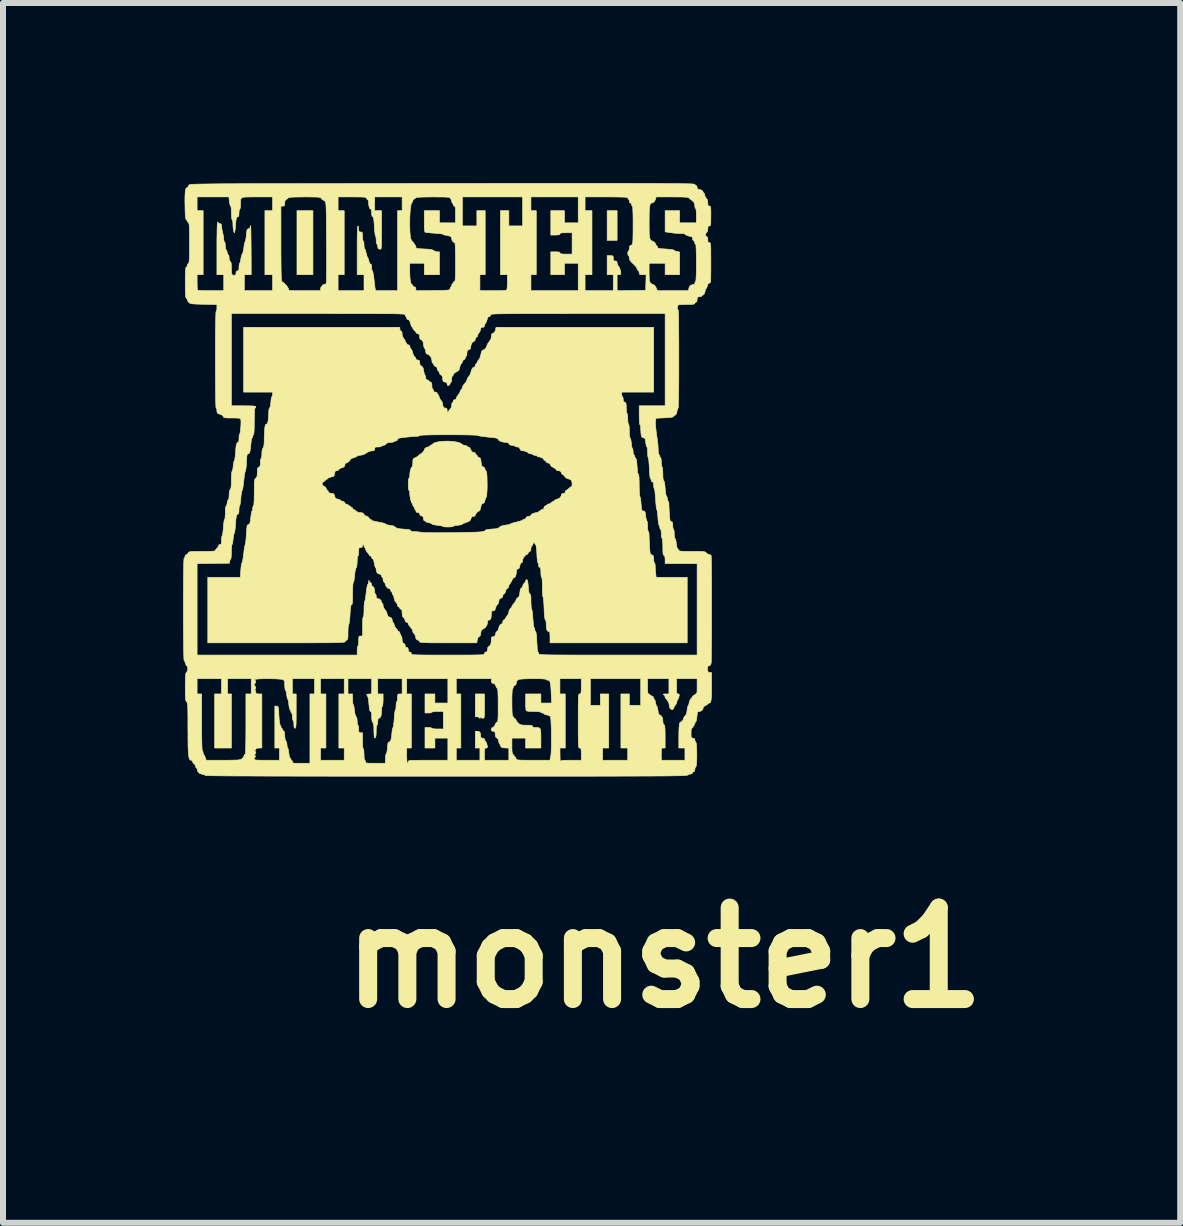
<source format=kicad_pcb>
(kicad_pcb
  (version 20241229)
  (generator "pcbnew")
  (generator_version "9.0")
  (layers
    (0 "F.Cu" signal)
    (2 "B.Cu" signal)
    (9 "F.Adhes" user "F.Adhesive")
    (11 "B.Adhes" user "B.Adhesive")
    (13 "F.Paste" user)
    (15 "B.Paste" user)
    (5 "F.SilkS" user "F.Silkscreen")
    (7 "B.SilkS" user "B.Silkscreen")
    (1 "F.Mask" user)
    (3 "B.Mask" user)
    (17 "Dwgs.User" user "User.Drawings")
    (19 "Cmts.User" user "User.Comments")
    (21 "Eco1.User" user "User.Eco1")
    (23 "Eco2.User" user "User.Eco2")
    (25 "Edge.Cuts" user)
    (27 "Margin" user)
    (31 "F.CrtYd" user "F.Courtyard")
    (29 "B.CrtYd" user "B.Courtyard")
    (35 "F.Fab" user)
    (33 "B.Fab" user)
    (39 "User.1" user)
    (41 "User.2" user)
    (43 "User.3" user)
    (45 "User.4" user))
  (footprint "monster1"
    (layer "F.Cu")
    (at 8.019 12.906)
    (property "Reference" "monster1" (at 0 0 0) (layer "F.SilkS") (effects (font (size 1.524 1.524) (thickness 0.3))))
    (attr through_hole)
    (fp_poly (pts (xy -5.855 -11.379) (xy -6.121 -11.379) (xy -6.121 -12.446) (xy -5.855 -12.446) (xy -5.855 -11.379)) (stroke (width 0.01) (type solid)) (fill yes) (layer "F.SilkS"))
    (fp_poly (pts (xy -0.787 -11.951) (xy -0.953 -11.951) (xy -0.953 -12.446) (xy -0.787 -12.446) (xy -0.787 -11.951)) (stroke (width 0.01) (type solid)) (fill yes) (layer "F.SilkS"))
    (fp_poly (pts (xy -2.997 -4.191) (xy -2.997 -4.115) (xy -2.998 -4.061) (xy -3 -4.024) (xy -3.003 -4.003) (xy -3.009 -3.992) (xy -3.016 -3.988) (xy -3.022 -3.988) (xy -3.045 -3.995) (xy -3.052 -4.004) (xy -3.058 -4.013) (xy -3.06 -4.004) (xy -3.068 -3.99) (xy -3.081 -3.99) (xy -3.086 -4) (xy -3.097 -4.01) (xy -3.118 -4.013) (xy -3.15 -4.013) (xy -3.15 -4.394) (xy -2.997 -4.394) (xy -2.997 -4.191)) (stroke (width 0.01) (type solid)) (fill yes) (layer "F.SilkS"))
    (fp_poly (pts (xy -3.575 -8.605) (xy -3.505 -8.599) (xy -3.444 -8.588) (xy -3.398 -8.573) (xy -3.377 -8.557) (xy -3.348 -8.54) (xy -3.323 -8.534) (xy -3.298 -8.53) (xy -3.289 -8.522) (xy -3.279 -8.511) (xy -3.265 -8.509) (xy -3.243 -8.498) (xy -3.226 -8.465) (xy -3.211 -8.433) (xy -3.191 -8.421) (xy -3.18 -8.42) (xy -3.156 -8.414) (xy -3.15 -8.402) (xy -3.139 -8.383) (xy -3.131 -8.377) (xy -3.114 -8.36) (xy -3.111 -8.351) (xy -3.101 -8.335) (xy -3.087 -8.331) (xy -3.072 -8.327) (xy -3.063 -8.312) (xy -3.056 -8.28) (xy -3.053 -8.255) (xy -3.047 -8.212) (xy -3.039 -8.188) (xy -3.028 -8.179) (xy -3.021 -8.179) (xy -2.999 -8.167) (xy -2.989 -8.144) (xy -2.978 -8.115) (xy -2.967 -8.1) (xy -2.961 -8.084) (xy -2.957 -8.048) (xy -2.954 -7.998) (xy -2.953 -7.938) (xy -2.952 -7.874) (xy -2.953 -7.81) (xy -2.956 -7.754) (xy -2.959 -7.708) (xy -2.964 -7.68) (xy -2.967 -7.673) (xy -2.978 -7.656) (xy -2.988 -7.624) (xy -2.99 -7.617) (xy -3 -7.583) (xy -3.016 -7.57) (xy -3.022 -7.569) (xy -3.042 -7.559) (xy -3.054 -7.528) (xy -3.054 -7.528) (xy -3.065 -7.481) (xy -3.073 -7.454) (xy -3.082 -7.443) (xy -3.087 -7.442) (xy -3.107 -7.433) (xy -3.13 -7.41) (xy -3.146 -7.385) (xy -3.15 -7.372) (xy -3.161 -7.357) (xy -3.181 -7.353) (xy -3.205 -7.347) (xy -3.219 -7.325) (xy -3.223 -7.313) (xy -3.233 -7.288) (xy -3.252 -7.271) (xy -3.288 -7.256) (xy -3.296 -7.254) (xy -3.334 -7.24) (xy -3.36 -7.228) (xy -3.368 -7.222) (xy -3.384 -7.214) (xy -3.417 -7.207) (xy -3.447 -7.204) (xy -3.485 -7.199) (xy -3.511 -7.192) (xy -3.518 -7.187) (xy -3.53 -7.181) (xy -3.56 -7.177) (xy -3.603 -7.176) (xy -3.607 -7.176) (xy -3.651 -7.177) (xy -3.682 -7.181) (xy -3.696 -7.186) (xy -3.696 -7.186) (xy -3.707 -7.193) (xy -3.738 -7.199) (xy -3.78 -7.204) (xy -3.781 -7.204) (xy -3.825 -7.21) (xy -3.857 -7.217) (xy -3.871 -7.225) (xy -3.885 -7.236) (xy -3.915 -7.245) (xy -3.925 -7.247) (xy -3.957 -7.255) (xy -3.974 -7.263) (xy -3.975 -7.266) (xy -3.985 -7.276) (xy -3.994 -7.277) (xy -4.009 -7.288) (xy -4.013 -7.315) (xy -4.018 -7.344) (xy -4.038 -7.359) (xy -4.045 -7.361) (xy -4.071 -7.376) (xy -4.077 -7.393) (xy -4.085 -7.412) (xy -4.108 -7.417) (xy -4.133 -7.423) (xy -4.14 -7.442) (xy -4.146 -7.463) (xy -4.153 -7.468) (xy -4.163 -7.478) (xy -4.166 -7.493) (xy -4.171 -7.514) (xy -4.178 -7.518) (xy -4.189 -7.529) (xy -4.191 -7.544) (xy -4.196 -7.564) (xy -4.203 -7.569) (xy -4.212 -7.581) (xy -4.222 -7.61) (xy -4.231 -7.651) (xy -4.239 -7.695) (xy -4.242 -7.737) (xy -4.242 -7.741) (xy -4.245 -7.77) (xy -4.253 -7.785) (xy -4.255 -7.785) (xy -4.261 -7.797) (xy -4.265 -7.829) (xy -4.267 -7.878) (xy -4.267 -7.887) (xy -4.266 -7.937) (xy -4.262 -7.972) (xy -4.256 -7.988) (xy -4.255 -7.988) (xy -4.246 -8) (xy -4.242 -8.027) (xy -4.242 -8.036) (xy -4.239 -8.079) (xy -4.231 -8.121) (xy -4.22 -8.156) (xy -4.208 -8.176) (xy -4.203 -8.179) (xy -4.196 -8.19) (xy -4.192 -8.22) (xy -4.191 -8.246) (xy -4.19 -8.285) (xy -4.184 -8.308) (xy -4.169 -8.321) (xy -4.15 -8.33) (xy -4.115 -8.349) (xy -4.088 -8.371) (xy -4.088 -8.372) (xy -4.068 -8.389) (xy -4.058 -8.395) (xy -4.042 -8.404) (xy -4.022 -8.425) (xy -4.005 -8.448) (xy -4 -8.461) (xy -3.99 -8.483) (xy -3.965 -8.502) (xy -3.938 -8.509) (xy -3.917 -8.514) (xy -3.912 -8.522) (xy -3.902 -8.534) (xy -3.897 -8.534) (xy -3.879 -8.543) (xy -3.862 -8.558) (xy -3.832 -8.577) (xy -3.782 -8.592) (xy -3.719 -8.601) (xy -3.648 -8.605) (xy -3.575 -8.605)) (stroke (width 0.01) (type solid)) (fill yes) (layer "F.SilkS"))
    (fp_poly (pts (xy -4.407 -10.471) (xy -4.4 -10.446) (xy -4.388 -10.439) (xy -4.375 -10.431) (xy -4.369 -10.403) (xy -4.369 -10.389) (xy -4.366 -10.357) (xy -4.359 -10.339) (xy -4.356 -10.338) (xy -4.345 -10.328) (xy -4.343 -10.319) (xy -4.337 -10.302) (xy -4.331 -10.3) (xy -4.32 -10.289) (xy -4.318 -10.274) (xy -4.313 -10.254) (xy -4.305 -10.249) (xy -4.294 -10.239) (xy -4.293 -10.23) (xy -4.282 -10.214) (xy -4.267 -10.211) (xy -4.246 -10.202) (xy -4.242 -10.185) (xy -4.233 -10.158) (xy -4.216 -10.135) (xy -4.197 -10.103) (xy -4.191 -10.074) (xy -4.181 -10.038) (xy -4.166 -10.02) (xy -4.146 -9.997) (xy -4.14 -9.979) (xy -4.131 -9.961) (xy -4.108 -9.957) (xy -4.087 -9.953) (xy -4.078 -9.938) (xy -4.077 -9.914) (xy -4.071 -9.879) (xy -4.049 -9.857) (xy -4.047 -9.856) (xy -4.027 -9.84) (xy -4.015 -9.812) (xy -4.009 -9.775) (xy -4.002 -9.737) (xy -3.993 -9.711) (xy -3.988 -9.705) (xy -3.979 -9.691) (xy -3.975 -9.664) (xy -3.971 -9.636) (xy -3.955 -9.627) (xy -3.951 -9.627) (xy -3.927 -9.618) (xy -3.92 -9.608) (xy -3.903 -9.591) (xy -3.893 -9.588) (xy -3.88 -9.581) (xy -3.874 -9.557) (xy -3.873 -9.531) (xy -3.871 -9.497) (xy -3.865 -9.477) (xy -3.861 -9.474) (xy -3.85 -9.464) (xy -3.848 -9.449) (xy -3.841 -9.429) (xy -3.816 -9.423) (xy -3.791 -9.417) (xy -3.785 -9.404) (xy -3.778 -9.387) (xy -3.773 -9.385) (xy -3.763 -9.374) (xy -3.753 -9.347) (xy -3.752 -9.344) (xy -3.739 -9.309) (xy -3.719 -9.282) (xy -3.701 -9.257) (xy -3.696 -9.238) (xy -3.689 -9.189) (xy -3.671 -9.162) (xy -3.65 -9.157) (xy -3.63 -9.153) (xy -3.621 -9.138) (xy -3.618 -9.109) (xy -3.616 -9.084) (xy -3.612 -9.077) (xy -3.61 -9.08) (xy -3.595 -9.107) (xy -3.589 -9.115) (xy -3.562 -9.148) (xy -3.548 -9.172) (xy -3.544 -9.196) (xy -3.543 -9.207) (xy -3.54 -9.234) (xy -3.531 -9.246) (xy -3.531 -9.246) (xy -3.52 -9.256) (xy -3.518 -9.271) (xy -3.509 -9.292) (xy -3.493 -9.296) (xy -3.471 -9.305) (xy -3.467 -9.322) (xy -3.462 -9.342) (xy -3.454 -9.347) (xy -3.443 -9.357) (xy -3.442 -9.366) (xy -3.435 -9.383) (xy -3.43 -9.385) (xy -3.419 -9.396) (xy -3.406 -9.423) (xy -3.404 -9.43) (xy -3.391 -9.459) (xy -3.379 -9.474) (xy -3.377 -9.474) (xy -3.368 -9.485) (xy -3.365 -9.501) (xy -3.357 -9.526) (xy -3.335 -9.556) (xy -3.327 -9.563) (xy -3.303 -9.593) (xy -3.29 -9.621) (xy -3.289 -9.627) (xy -3.28 -9.655) (xy -3.259 -9.682) (xy -3.236 -9.715) (xy -3.222 -9.757) (xy -3.209 -9.801) (xy -3.188 -9.831) (xy -3.163 -9.842) (xy -3.152 -9.853) (xy -3.15 -9.868) (xy -3.144 -9.889) (xy -3.137 -9.893) (xy -3.125 -9.904) (xy -3.117 -9.924) (xy -3.105 -9.95) (xy -3.092 -9.962) (xy -3.08 -9.977) (xy -3.068 -10.009) (xy -3.059 -10.045) (xy -3.047 -10.092) (xy -3.034 -10.116) (xy -3.023 -10.122) (xy -2.996 -10.133) (xy -2.971 -10.163) (xy -2.954 -10.203) (xy -2.939 -10.237) (xy -2.914 -10.27) (xy -2.889 -10.307) (xy -2.883 -10.35) (xy -2.88 -10.383) (xy -2.87 -10.399) (xy -2.855 -10.404) (xy -2.833 -10.415) (xy -2.818 -10.444) (xy -2.815 -10.455) (xy -2.804 -10.503) (xy -0.178 -10.503) (xy -0.178 -9.423) (xy -0.711 -9.423) (xy -0.711 -9.385) (xy -0.708 -9.359) (xy -0.699 -9.347) (xy -0.699 -9.347) (xy -0.69 -9.336) (xy -0.686 -9.309) (xy -0.686 -9.304) (xy -0.681 -9.272) (xy -0.666 -9.256) (xy -0.66 -9.255) (xy -0.647 -9.248) (xy -0.639 -9.234) (xy -0.636 -9.206) (xy -0.635 -9.158) (xy -0.635 -9.158) (xy -0.633 -9.112) (xy -0.629 -9.08) (xy -0.622 -9.068) (xy -0.622 -9.068) (xy -0.616 -9.056) (xy -0.611 -9.025) (xy -0.61 -8.979) (xy -0.61 -8.979) (xy -0.608 -8.933) (xy -0.603 -8.902) (xy -0.597 -8.89) (xy -0.597 -8.89) (xy -0.591 -8.878) (xy -0.586 -8.845) (xy -0.584 -8.795) (xy -0.584 -8.777) (xy -0.583 -8.717) (xy -0.578 -8.677) (xy -0.571 -8.659) (xy -0.57 -8.659) (xy -0.562 -8.645) (xy -0.555 -8.612) (xy -0.549 -8.569) (xy -0.545 -8.526) (xy -0.538 -8.495) (xy -0.532 -8.484) (xy -0.532 -8.484) (xy -0.525 -8.472) (xy -0.521 -8.444) (xy -0.521 -8.433) (xy -0.518 -8.401) (xy -0.511 -8.383) (xy -0.508 -8.382) (xy -0.498 -8.371) (xy -0.495 -8.357) (xy -0.487 -8.332) (xy -0.478 -8.322) (xy -0.468 -8.306) (xy -0.461 -8.269) (xy -0.456 -8.209) (xy -0.454 -8.186) (xy -0.45 -8.124) (xy -0.444 -8.08) (xy -0.436 -8.057) (xy -0.433 -8.054) (xy -0.427 -8.041) (xy -0.422 -8.004) (xy -0.42 -7.944) (xy -0.419 -7.867) (xy -0.418 -7.802) (xy -0.416 -7.747) (xy -0.413 -7.707) (xy -0.41 -7.686) (xy -0.408 -7.684) (xy -0.402 -7.672) (xy -0.396 -7.64) (xy -0.39 -7.594) (xy -0.388 -7.563) (xy -0.383 -7.507) (xy -0.379 -7.472) (xy -0.373 -7.452) (xy -0.364 -7.444) (xy -0.351 -7.442) (xy -0.349 -7.442) (xy -0.333 -7.44) (xy -0.323 -7.429) (xy -0.316 -7.405) (xy -0.311 -7.361) (xy -0.311 -7.36) (xy -0.305 -7.318) (xy -0.297 -7.288) (xy -0.291 -7.277) (xy -0.285 -7.265) (xy -0.281 -7.235) (xy -0.279 -7.192) (xy -0.279 -7.188) (xy -0.278 -7.143) (xy -0.273 -7.111) (xy -0.267 -7.099) (xy -0.267 -7.099) (xy -0.26 -7.088) (xy -0.255 -7.058) (xy -0.254 -7.025) (xy -0.253 -6.977) (xy -0.25 -6.915) (xy -0.247 -6.85) (xy -0.246 -6.834) (xy -0.241 -6.779) (xy -0.237 -6.744) (xy -0.23 -6.725) (xy -0.22 -6.715) (xy -0.208 -6.71) (xy -0.19 -6.703) (xy -0.181 -6.687) (xy -0.178 -6.655) (xy -0.178 -6.641) (xy -0.175 -6.605) (xy -0.17 -6.582) (xy -0.165 -6.579) (xy -0.157 -6.567) (xy -0.153 -6.539) (xy -0.152 -6.525) (xy -0.151 -6.478) (xy -0.146 -6.425) (xy -0.144 -6.404) (xy -0.136 -6.337) (xy 0.381 -6.337) (xy 0.381 -5.245) (xy -1.905 -5.245) (xy -1.905 -5.34) (xy -1.906 -5.389) (xy -1.909 -5.418) (xy -1.915 -5.432) (xy -1.926 -5.436) (xy -1.929 -5.436) (xy -1.948 -5.443) (xy -1.961 -5.468) (xy -1.967 -5.513) (xy -1.968 -5.558) (xy -1.971 -5.598) (xy -1.978 -5.624) (xy -1.983 -5.629) (xy -1.99 -5.644) (xy -1.996 -5.684) (xy -2.001 -5.749) (xy -2.004 -5.82) (xy -2.007 -5.886) (xy -2.011 -5.941) (xy -2.015 -5.982) (xy -2.019 -6.005) (xy -2.021 -6.007) (xy -2.025 -6.019) (xy -2.029 -6.052) (xy -2.031 -6.1) (xy -2.032 -6.16) (xy -2.032 -6.172) (xy -2.033 -6.243) (xy -2.036 -6.296) (xy -2.04 -6.328) (xy -2.045 -6.337) (xy -2.051 -6.349) (xy -2.056 -6.38) (xy -2.057 -6.42) (xy -2.059 -6.466) (xy -2.063 -6.492) (xy -2.072 -6.502) (xy -2.076 -6.502) (xy -2.092 -6.514) (xy -2.095 -6.54) (xy -2.099 -6.567) (xy -2.106 -6.579) (xy -2.106 -6.579) (xy -2.111 -6.59) (xy -2.116 -6.623) (xy -2.121 -6.671) (xy -2.124 -6.727) (xy -2.128 -6.797) (xy -2.134 -6.847) (xy -2.14 -6.875) (xy -2.145 -6.881) (xy -2.158 -6.896) (xy -2.159 -6.904) (xy -2.164 -6.92) (xy -2.176 -6.918) (xy -2.187 -6.898) (xy -2.19 -6.89) (xy -2.2 -6.866) (xy -2.21 -6.858) (xy -2.218 -6.847) (xy -2.222 -6.819) (xy -2.223 -6.814) (xy -2.227 -6.78) (xy -2.241 -6.769) (xy -2.259 -6.759) (xy -2.267 -6.744) (xy -2.279 -6.723) (xy -2.287 -6.718) (xy -2.311 -6.708) (xy -2.336 -6.681) (xy -2.355 -6.648) (xy -2.362 -6.617) (xy -2.368 -6.587) (xy -2.381 -6.579) (xy -2.397 -6.566) (xy -2.408 -6.531) (xy -2.408 -6.528) (xy -2.417 -6.493) (xy -2.431 -6.478) (xy -2.44 -6.477) (xy -2.459 -6.468) (xy -2.464 -6.447) (xy -2.467 -6.406) (xy -2.474 -6.369) (xy -2.484 -6.344) (xy -2.492 -6.337) (xy -2.513 -6.327) (xy -2.533 -6.304) (xy -2.54 -6.281) (xy -2.547 -6.264) (xy -2.553 -6.261) (xy -2.564 -6.251) (xy -2.565 -6.242) (xy -2.572 -6.225) (xy -2.578 -6.223) (xy -2.588 -6.212) (xy -2.591 -6.192) (xy -2.6 -6.163) (xy -2.615 -6.154) (xy -2.636 -6.135) (xy -2.647 -6.102) (xy -2.658 -6.071) (xy -2.673 -6.058) (xy -2.674 -6.058) (xy -2.689 -6.047) (xy -2.692 -6.028) (xy -2.701 -6.001) (xy -2.724 -5.989) (xy -2.748 -5.977) (xy -2.756 -5.952) (xy -2.756 -5.943) (xy -2.765 -5.905) (xy -2.781 -5.884) (xy -2.802 -5.856) (xy -2.814 -5.82) (xy -2.824 -5.791) (xy -2.841 -5.779) (xy -2.853 -5.779) (xy -2.871 -5.776) (xy -2.88 -5.763) (xy -2.883 -5.734) (xy -2.883 -5.722) (xy -2.886 -5.671) (xy -2.895 -5.64) (xy -2.912 -5.627) (xy -2.922 -5.626) (xy -2.939 -5.62) (xy -2.946 -5.599) (xy -2.946 -5.584) (xy -2.954 -5.547) (xy -2.975 -5.511) (xy -3.001 -5.484) (xy -3.027 -5.474) (xy -3.044 -5.462) (xy -3.056 -5.431) (xy -3.061 -5.387) (xy -3.07 -5.359) (xy -3.085 -5.351) (xy -3.105 -5.334) (xy -3.117 -5.295) (xy -3.125 -5.245) (xy -3.601 -5.245) (xy -3.725 -5.245) (xy -3.826 -5.246) (xy -3.906 -5.246) (xy -3.967 -5.248) (xy -4.012 -5.249) (xy -4.044 -5.252) (xy -4.063 -5.255) (xy -4.074 -5.259) (xy -4.077 -5.264) (xy -4.077 -5.264) (xy -4.088 -5.281) (xy -4.108 -5.291) (xy -4.134 -5.306) (xy -4.14 -5.322) (xy -4.145 -5.351) (xy -4.157 -5.381) (xy -4.171 -5.404) (xy -4.18 -5.41) (xy -4.189 -5.421) (xy -4.191 -5.435) (xy -4.199 -5.464) (xy -4.223 -5.499) (xy -4.251 -5.531) (xy -4.265 -5.556) (xy -4.267 -5.568) (xy -4.278 -5.585) (xy -4.293 -5.588) (xy -4.313 -5.596) (xy -4.318 -5.617) (xy -4.328 -5.647) (xy -4.343 -5.664) (xy -4.36 -5.684) (xy -4.368 -5.716) (xy -4.369 -5.743) (xy -4.371 -5.782) (xy -4.379 -5.801) (xy -4.388 -5.804) (xy -4.405 -5.814) (xy -4.407 -5.823) (xy -4.417 -5.84) (xy -4.426 -5.842) (xy -4.441 -5.853) (xy -4.445 -5.871) (xy -4.455 -5.901) (xy -4.47 -5.918) (xy -4.49 -5.944) (xy -4.502 -5.986) (xy -4.503 -5.991) (xy -4.51 -6.024) (xy -4.519 -6.043) (xy -4.523 -6.045) (xy -4.532 -6.056) (xy -4.534 -6.071) (xy -4.539 -6.091) (xy -4.547 -6.096) (xy -4.557 -6.107) (xy -4.559 -6.121) (xy -4.568 -6.143) (xy -4.582 -6.147) (xy -4.609 -6.158) (xy -4.634 -6.183) (xy -4.648 -6.215) (xy -4.648 -6.222) (xy -4.657 -6.245) (xy -4.667 -6.253) (xy -4.682 -6.271) (xy -4.686 -6.299) (xy -4.69 -6.326) (xy -4.699 -6.337) (xy -4.699 -6.337) (xy -4.709 -6.348) (xy -4.712 -6.363) (xy -4.721 -6.384) (xy -4.738 -6.388) (xy -4.773 -6.399) (xy -4.795 -6.429) (xy -4.801 -6.463) (xy -4.804 -6.491) (xy -4.812 -6.502) (xy -4.812 -6.502) (xy -4.82 -6.514) (xy -4.828 -6.543) (xy -4.833 -6.572) (xy -4.842 -6.619) (xy -4.854 -6.64) (xy -4.859 -6.642) (xy -4.873 -6.653) (xy -4.877 -6.668) (xy -4.885 -6.688) (xy -4.896 -6.693) (xy -4.913 -6.699) (xy -4.915 -6.705) (xy -4.923 -6.721) (xy -4.943 -6.745) (xy -4.947 -6.749) (xy -4.968 -6.778) (xy -4.978 -6.805) (xy -4.978 -6.807) (xy -4.984 -6.828) (xy -4.991 -6.833) (xy -5.001 -6.843) (xy -5.004 -6.858) (xy -5.009 -6.879) (xy -5.016 -6.883) (xy -5.027 -6.873) (xy -5.029 -6.858) (xy -5.037 -6.838) (xy -5.061 -6.833) (xy -5.079 -6.831) (xy -5.089 -6.821) (xy -5.092 -6.798) (xy -5.093 -6.763) (xy -5.095 -6.724) (xy -5.1 -6.699) (xy -5.105 -6.693) (xy -5.112 -6.681) (xy -5.116 -6.65) (xy -5.118 -6.604) (xy -5.118 -6.603) (xy -5.121 -6.544) (xy -5.129 -6.506) (xy -5.135 -6.496) (xy -5.145 -6.475) (xy -5.153 -6.433) (xy -5.16 -6.378) (xy -5.161 -6.367) (xy -5.166 -6.316) (xy -5.172 -6.277) (xy -5.179 -6.254) (xy -5.182 -6.251) (xy -5.187 -6.237) (xy -5.191 -6.201) (xy -5.193 -6.147) (xy -5.194 -6.078) (xy -5.194 -6.063) (xy -5.195 -5.989) (xy -5.196 -5.937) (xy -5.199 -5.903) (xy -5.204 -5.885) (xy -5.211 -5.88) (xy -5.211 -5.88) (xy -5.219 -5.874) (xy -5.225 -5.853) (xy -5.23 -5.814) (xy -5.235 -5.754) (xy -5.237 -5.718) (xy -5.241 -5.656) (xy -5.246 -5.605) (xy -5.252 -5.569) (xy -5.257 -5.552) (xy -5.258 -5.552) (xy -5.264 -5.538) (xy -5.268 -5.503) (xy -5.27 -5.452) (xy -5.271 -5.423) (xy -5.271 -5.365) (xy -5.273 -5.328) (xy -5.277 -5.306) (xy -5.285 -5.295) (xy -5.296 -5.29) (xy -5.316 -5.275) (xy -5.321 -5.263) (xy -5.324 -5.26) (xy -5.333 -5.257) (xy -5.35 -5.255) (xy -5.376 -5.253) (xy -5.413 -5.251) (xy -5.463 -5.25) (xy -5.526 -5.248) (xy -5.604 -5.247) (xy -5.699 -5.247) (xy -5.812 -5.246) (xy -5.944 -5.246) (xy -6.098 -5.245) (xy -6.274 -5.245) (xy -6.464 -5.245) (xy -7.607 -5.245) (xy -7.607 -6.337) (xy -7.065 -6.337) (xy -7.057 -6.454) (xy -7.053 -6.506) (xy -7.047 -6.547) (xy -7.04 -6.573) (xy -7.037 -6.578) (xy -7.031 -6.593) (xy -7.023 -6.628) (xy -7.016 -6.677) (xy -7.009 -6.731) (xy -7.002 -6.789) (xy -6.995 -6.838) (xy -6.988 -6.871) (xy -6.983 -6.884) (xy -6.979 -6.899) (xy -6.974 -6.933) (xy -6.969 -6.984) (xy -6.965 -7.044) (xy -6.964 -7.052) (xy -6.96 -7.119) (xy -6.956 -7.165) (xy -6.952 -7.193) (xy -6.946 -7.208) (xy -6.937 -7.213) (xy -6.934 -7.214) (xy -6.919 -7.218) (xy -6.908 -7.234) (xy -6.899 -7.266) (xy -6.892 -7.317) (xy -6.888 -7.356) (xy -6.882 -7.399) (xy -6.876 -7.43) (xy -6.869 -7.442) (xy -6.869 -7.442) (xy -6.862 -7.453) (xy -6.858 -7.481) (xy -6.858 -7.487) (xy -6.855 -7.516) (xy -6.847 -7.531) (xy -6.845 -7.531) (xy -6.84 -7.543) (xy -6.837 -7.579) (xy -6.834 -7.637) (xy -6.833 -7.715) (xy -6.833 -7.751) (xy -6.832 -7.83) (xy -6.832 -7.889) (xy -6.831 -7.894) (xy -5.702 -7.894) (xy -5.693 -7.867) (xy -5.672 -7.856) (xy -5.644 -7.837) (xy -5.634 -7.817) (xy -5.623 -7.793) (xy -5.613 -7.785) (xy -5.602 -7.775) (xy -5.601 -7.767) (xy -5.589 -7.747) (xy -5.557 -7.736) (xy -5.531 -7.734) (xy -5.51 -7.729) (xy -5.498 -7.708) (xy -5.494 -7.691) (xy -5.484 -7.661) (xy -5.465 -7.646) (xy -5.442 -7.64) (xy -5.412 -7.631) (xy -5.398 -7.621) (xy -5.397 -7.619) (xy -5.387 -7.61) (xy -5.367 -7.607) (xy -5.339 -7.598) (xy -5.33 -7.582) (xy -5.313 -7.56) (xy -5.297 -7.556) (xy -5.276 -7.551) (xy -5.271 -7.544) (xy -5.26 -7.533) (xy -5.251 -7.531) (xy -5.235 -7.524) (xy -5.232 -7.518) (xy -5.222 -7.507) (xy -5.213 -7.506) (xy -5.197 -7.496) (xy -5.194 -7.487) (xy -5.184 -7.47) (xy -5.175 -7.468) (xy -5.158 -7.461) (xy -5.156 -7.455) (xy -5.146 -7.444) (xy -5.137 -7.442) (xy -5.12 -7.435) (xy -5.118 -7.429) (xy -5.107 -7.42) (xy -5.081 -7.417) (xy -5.034 -7.412) (xy -5.008 -7.397) (xy -5.004 -7.383) (xy -4.993 -7.368) (xy -4.966 -7.358) (xy -4.966 -7.358) (xy -4.936 -7.345) (xy -4.921 -7.326) (xy -4.906 -7.307) (xy -4.895 -7.303) (xy -4.879 -7.296) (xy -4.877 -7.291) (xy -4.872 -7.284) (xy -4.853 -7.277) (xy -4.819 -7.268) (xy -4.765 -7.258) (xy -4.725 -7.251) (xy -4.685 -7.242) (xy -4.656 -7.232) (xy -4.647 -7.225) (xy -4.63 -7.215) (xy -4.597 -7.207) (xy -4.57 -7.204) (xy -4.515 -7.193) (xy -4.482 -7.173) (xy -4.48 -7.172) (xy -4.464 -7.159) (xy -4.44 -7.151) (xy -4.402 -7.145) (xy -4.344 -7.14) (xy -4.285 -7.136) (xy -4.249 -7.13) (xy -4.232 -7.123) (xy -4.229 -7.117) (xy -4.22 -7.106) (xy -4.192 -7.1) (xy -4.156 -7.098) (xy -4.108 -7.095) (xy -4.064 -7.09) (xy -4.045 -7.086) (xy -4.024 -7.084) (xy -3.98 -7.082) (xy -3.919 -7.081) (xy -3.843 -7.08) (xy -3.755 -7.08) (xy -3.66 -7.081) (xy -3.561 -7.081) (xy -3.462 -7.082) (xy -3.365 -7.084) (xy -3.275 -7.086) (xy -3.195 -7.088) (xy -3.129 -7.09) (xy -3.08 -7.093) (xy -3.064 -7.094) (xy -3.015 -7.101) (xy -2.988 -7.111) (xy -2.985 -7.118) (xy -2.974 -7.127) (xy -2.943 -7.134) (xy -2.889 -7.14) (xy -2.876 -7.141) (xy -2.819 -7.145) (xy -2.782 -7.152) (xy -2.758 -7.162) (xy -2.746 -7.173) (xy -2.718 -7.191) (xy -2.67 -7.203) (xy -2.645 -7.207) (xy -2.604 -7.213) (xy -2.575 -7.22) (xy -2.565 -7.225) (xy -2.554 -7.232) (xy -2.523 -7.243) (xy -2.48 -7.254) (xy -2.464 -7.258) (xy -2.417 -7.27) (xy -2.382 -7.281) (xy -2.363 -7.29) (xy -2.362 -7.292) (xy -2.352 -7.301) (xy -2.338 -7.303) (xy -2.314 -7.313) (xy -2.305 -7.328) (xy -2.288 -7.348) (xy -2.26 -7.353) (xy -2.231 -7.359) (xy -2.223 -7.371) (xy -2.211 -7.387) (xy -2.184 -7.402) (xy -2.148 -7.413) (xy -2.119 -7.417) (xy -2.099 -7.423) (xy -2.095 -7.429) (xy -2.085 -7.441) (xy -2.076 -7.442) (xy -2.06 -7.449) (xy -2.057 -7.455) (xy -2.047 -7.465) (xy -2.032 -7.468) (xy -2.011 -7.476) (xy -2.007 -7.494) (xy -1.996 -7.52) (xy -1.981 -7.527) (xy -1.961 -7.537) (xy -1.956 -7.545) (xy -1.945 -7.555) (xy -1.933 -7.556) (xy -1.907 -7.565) (xy -1.883 -7.582) (xy -1.859 -7.6) (xy -1.842 -7.607) (xy -1.829 -7.616) (xy -1.829 -7.618) (xy -1.818 -7.628) (xy -1.791 -7.637) (xy -1.789 -7.638) (xy -1.747 -7.656) (xy -1.721 -7.687) (xy -1.715 -7.712) (xy -1.705 -7.73) (xy -1.683 -7.734) (xy -1.658 -7.74) (xy -1.651 -7.76) (xy -1.645 -7.78) (xy -1.638 -7.785) (xy -1.621 -7.793) (xy -1.596 -7.814) (xy -1.593 -7.817) (xy -1.568 -7.838) (xy -1.55 -7.848) (xy -1.549 -7.849) (xy -1.54 -7.859) (xy -1.537 -7.885) (xy -1.539 -7.917) (xy -1.546 -7.945) (xy -1.553 -7.956) (xy -1.577 -7.97) (xy -1.61 -7.981) (xy -1.641 -7.995) (xy -1.657 -8.014) (xy -1.675 -8.038) (xy -1.69 -8.046) (xy -1.71 -8.062) (xy -1.714 -8.077) (xy -1.726 -8.101) (xy -1.758 -8.114) (xy -1.779 -8.115) (xy -1.799 -8.122) (xy -1.803 -8.132) (xy -1.814 -8.147) (xy -1.841 -8.162) (xy -1.847 -8.164) (xy -1.884 -8.187) (xy -1.898 -8.211) (xy -1.912 -8.236) (xy -1.937 -8.242) (xy -1.962 -8.249) (xy -1.968 -8.261) (xy -1.979 -8.278) (xy -1.988 -8.28) (xy -2.004 -8.29) (xy -2.007 -8.297) (xy -2.018 -8.315) (xy -2.045 -8.331) (xy -2.078 -8.342) (xy -2.096 -8.344) (xy -2.116 -8.349) (xy -2.121 -8.357) (xy -2.132 -8.366) (xy -2.152 -8.369) (xy -2.179 -8.374) (xy -2.191 -8.382) (xy -2.208 -8.392) (xy -2.23 -8.395) (xy -2.253 -8.398) (xy -2.261 -8.404) (xy -2.272 -8.417) (xy -2.299 -8.431) (xy -2.333 -8.442) (xy -2.363 -8.445) (xy -2.392 -8.452) (xy -2.405 -8.476) (xy -2.406 -8.477) (xy -2.418 -8.501) (xy -2.443 -8.509) (xy -2.451 -8.509) (xy -2.478 -8.513) (xy -2.489 -8.522) (xy -2.489 -8.522) (xy -2.5 -8.531) (xy -2.52 -8.534) (xy -2.563 -8.54) (xy -2.587 -8.555) (xy -2.591 -8.568) (xy -2.602 -8.581) (xy -2.631 -8.585) (xy -2.678 -8.589) (xy -2.721 -8.601) (xy -2.754 -8.616) (xy -2.768 -8.634) (xy -2.769 -8.636) (xy -2.772 -8.645) (xy -2.784 -8.652) (xy -2.81 -8.659) (xy -2.851 -8.665) (xy -2.913 -8.671) (xy -2.94 -8.674) (xy -3.003 -8.681) (xy -3.055 -8.688) (xy -3.092 -8.695) (xy -3.111 -8.7) (xy -3.111 -8.701) (xy -3.124 -8.704) (xy -3.159 -8.706) (xy -3.213 -8.708) (xy -3.285 -8.71) (xy -3.372 -8.711) (xy -3.469 -8.712) (xy -3.576 -8.712) (xy -3.594 -8.712) (xy -3.732 -8.712) (xy -3.847 -8.711) (xy -3.94 -8.709) (xy -4.009 -8.707) (xy -4.055 -8.704) (xy -4.075 -8.701) (xy -4.077 -8.7) (xy -4.088 -8.691) (xy -4.115 -8.687) (xy -4.117 -8.687) (xy -4.146 -8.686) (xy -4.194 -8.682) (xy -4.252 -8.677) (xy -4.301 -8.672) (xy -4.364 -8.665) (xy -4.405 -8.659) (xy -4.43 -8.653) (xy -4.442 -8.645) (xy -4.445 -8.635) (xy -4.445 -8.634) (xy -4.455 -8.614) (xy -4.47 -8.611) (xy -4.494 -8.605) (xy -4.502 -8.598) (xy -4.519 -8.59) (xy -4.551 -8.586) (xy -4.564 -8.585) (xy -4.606 -8.581) (xy -4.632 -8.565) (xy -4.636 -8.56) (xy -4.661 -8.54) (xy -4.683 -8.534) (xy -4.705 -8.53) (xy -4.712 -8.522) (xy -4.723 -8.514) (xy -4.752 -8.51) (xy -4.769 -8.509) (xy -4.804 -8.508) (xy -4.821 -8.501) (xy -4.826 -8.486) (xy -4.826 -8.477) (xy -4.83 -8.455) (xy -4.847 -8.446) (xy -4.864 -8.445) (xy -4.906 -8.439) (xy -4.947 -8.421) (xy -4.966 -8.407) (xy -4.99 -8.392) (xy -5.028 -8.378) (xy -5.067 -8.37) (xy -5.081 -8.369) (xy -5.107 -8.366) (xy -5.118 -8.357) (xy -5.129 -8.347) (xy -5.158 -8.335) (xy -5.175 -8.33) (xy -5.209 -8.318) (xy -5.23 -8.306) (xy -5.232 -8.301) (xy -5.242 -8.28) (xy -5.266 -8.259) (xy -5.292 -8.244) (xy -5.302 -8.242) (xy -5.316 -8.231) (xy -5.324 -8.208) (xy -5.331 -8.183) (xy -5.352 -8.169) (xy -5.375 -8.162) (xy -5.407 -8.15) (xy -5.422 -8.136) (xy -5.423 -8.133) (xy -5.434 -8.119) (xy -5.455 -8.115) (xy -5.476 -8.111) (xy -5.488 -8.095) (xy -5.494 -8.066) (xy -5.502 -8.033) (xy -5.516 -8.017) (xy -5.546 -8.01) (xy -5.551 -8.009) (xy -5.583 -8.001) (xy -5.6 -7.991) (xy -5.601 -7.988) (xy -5.611 -7.977) (xy -5.617 -7.976) (xy -5.636 -7.966) (xy -5.652 -7.95) (xy -5.672 -7.931) (xy -5.686 -7.925) (xy -5.698 -7.914) (xy -5.702 -7.894) (xy -6.831 -7.894) (xy -6.83 -7.929) (xy -6.826 -7.956) (xy -6.821 -7.973) (xy -6.814 -7.983) (xy -6.807 -7.988) (xy -6.793 -8.004) (xy -6.785 -8.028) (xy -6.782 -8.068) (xy -6.782 -8.085) (xy -6.781 -8.13) (xy -6.776 -8.155) (xy -6.766 -8.168) (xy -6.756 -8.172) (xy -6.741 -8.181) (xy -6.734 -8.2) (xy -6.731 -8.236) (xy -6.731 -8.25) (xy -6.729 -8.287) (xy -6.723 -8.313) (xy -6.718 -8.319) (xy -6.712 -8.33) (xy -6.707 -8.36) (xy -6.706 -8.396) (xy -6.702 -8.453) (xy -6.69 -8.487) (xy -6.687 -8.492) (xy -6.676 -8.512) (xy -6.67 -8.548) (xy -6.667 -8.605) (xy -6.667 -8.615) (xy -6.666 -8.679) (xy -6.663 -8.747) (xy -6.659 -8.804) (xy -6.659 -8.804) (xy -6.654 -8.851) (xy -6.647 -8.878) (xy -6.637 -8.889) (xy -6.629 -8.89) (xy -6.616 -8.895) (xy -6.608 -8.914) (xy -6.601 -8.952) (xy -6.599 -8.968) (xy -6.595 -9.021) (xy -6.592 -9.073) (xy -6.591 -9.1) (xy -6.588 -9.135) (xy -6.581 -9.156) (xy -6.577 -9.159) (xy -6.569 -9.173) (xy -6.562 -9.206) (xy -6.557 -9.251) (xy -6.556 -9.256) (xy -6.552 -9.3) (xy -6.546 -9.333) (xy -6.54 -9.347) (xy -6.539 -9.347) (xy -6.531 -9.358) (xy -6.528 -9.385) (xy -6.528 -9.385) (xy -6.528 -9.423) (xy -7.01 -9.423) (xy -7.01 -10.503) (xy -4.407 -10.503) (xy -4.407 -10.471)) (stroke (width 0.01) (type solid)) (fill yes) (layer "F.SilkS"))
    (fp_poly (pts (xy -1.213 -12.901) (xy -0.998 -12.901) (xy -0.8 -12.901) (xy -0.621 -12.901) (xy -0.458 -12.9) (xy -0.311 -12.9) (xy -0.179 -12.9) (xy -0.061 -12.899) (xy 0.042 -12.898) (xy 0.133 -12.898) (xy 0.212 -12.897) (xy 0.279 -12.896) (xy 0.336 -12.895) (xy 0.384 -12.894) (xy 0.422 -12.893) (xy 0.452 -12.892) (xy 0.475 -12.89) (xy 0.491 -12.889) (xy 0.501 -12.887) (xy 0.507 -12.886) (xy 0.508 -12.884) (xy 0.518 -12.867) (xy 0.527 -12.865) (xy 0.542 -12.854) (xy 0.546 -12.833) (xy 0.552 -12.809) (xy 0.573 -12.801) (xy 0.575 -12.801) (xy 0.607 -12.794) (xy 0.635 -12.776) (xy 0.648 -12.755) (xy 0.648 -12.753) (xy 0.656 -12.739) (xy 0.66 -12.738) (xy 0.67 -12.727) (xy 0.673 -12.706) (xy 0.682 -12.674) (xy 0.699 -12.653) (xy 0.718 -12.624) (xy 0.724 -12.58) (xy 0.724 -12.577) (xy 0.726 -12.542) (xy 0.733 -12.526) (xy 0.749 -12.522) (xy 0.76 -12.521) (xy 0.767 -12.514) (xy 0.771 -12.497) (xy 0.774 -12.467) (xy 0.775 -12.42) (xy 0.775 -12.357) (xy 0.774 -12.29) (xy 0.773 -12.244) (xy 0.771 -12.215) (xy 0.766 -12.199) (xy 0.759 -12.193) (xy 0.749 -12.192) (xy 0.733 -12.188) (xy 0.725 -12.171) (xy 0.724 -12.141) (xy 0.719 -12.1) (xy 0.705 -12.082) (xy 0.69 -12.065) (xy 0.686 -12.045) (xy 0.693 -12.02) (xy 0.705 -12.014) (xy 0.718 -12.006) (xy 0.724 -11.978) (xy 0.724 -11.963) (xy 0.726 -11.93) (xy 0.735 -11.915) (xy 0.749 -11.913) (xy 0.757 -11.912) (xy 0.763 -11.907) (xy 0.767 -11.897) (xy 0.77 -11.877) (xy 0.773 -11.845) (xy 0.774 -11.798) (xy 0.774 -11.733) (xy 0.775 -11.648) (xy 0.775 -11.576) (xy 0.775 -11.475) (xy 0.774 -11.396) (xy 0.773 -11.338) (xy 0.772 -11.296) (xy 0.77 -11.268) (xy 0.766 -11.251) (xy 0.761 -11.243) (xy 0.755 -11.24) (xy 0.75 -11.239) (xy 0.73 -11.232) (xy 0.719 -11.205) (xy 0.717 -11.195) (xy 0.708 -11.166) (xy 0.699 -11.151) (xy 0.697 -11.151) (xy 0.688 -11.139) (xy 0.68 -11.111) (xy 0.678 -11.1) (xy 0.665 -11.059) (xy 0.646 -11.042) (xy 0.626 -11.031) (xy 0.622 -11.023) (xy 0.611 -11.014) (xy 0.585 -11.011) (xy 0.584 -11.011) (xy 0.559 -11.008) (xy 0.548 -10.996) (xy 0.546 -10.966) (xy 0.542 -10.934) (xy 0.529 -10.922) (xy 0.527 -10.922) (xy 0.51 -10.912) (xy 0.508 -10.903) (xy 0.504 -10.894) (xy 0.488 -10.888) (xy 0.457 -10.885) (xy 0.407 -10.884) (xy 0.382 -10.884) (xy 0.326 -10.883) (xy 0.278 -10.881) (xy 0.246 -10.878) (xy 0.236 -10.876) (xy 0.223 -10.862) (xy 0.217 -10.836) (xy 0.217 -10.811) (xy 0.225 -10.796) (xy 0.229 -10.795) (xy 0.231 -10.782) (xy 0.234 -10.745) (xy 0.236 -10.682) (xy 0.238 -10.595) (xy 0.239 -10.483) (xy 0.24 -10.348) (xy 0.241 -10.189) (xy 0.241 -10.006) (xy 0.241 -9.976) (xy 0.241 -9.826) (xy 0.241 -9.687) (xy 0.24 -9.56) (xy 0.239 -9.447) (xy 0.237 -9.35) (xy 0.236 -9.27) (xy 0.234 -9.21) (xy 0.232 -9.172) (xy 0.23 -9.157) (xy 0.23 -9.157) (xy 0.222 -9.145) (xy 0.213 -9.117) (xy 0.21 -9.1) (xy 0.201 -9.061) (xy 0.187 -9.043) (xy 0.184 -9.042) (xy 0.164 -9.032) (xy 0.154 -9.021) (xy 0.145 -9.011) (xy 0.124 -9.004) (xy 0.09 -8.999) (xy 0.037 -8.996) (xy 0.002 -8.994) (xy -0.139 -8.988) (xy -0.147 -8.948) (xy -0.149 -8.914) (xy -0.146 -8.859) (xy -0.138 -8.782) (xy -0.125 -8.683) (xy -0.115 -8.617) (xy -0.108 -8.559) (xy -0.104 -8.494) (xy -0.103 -8.461) (xy -0.1 -8.42) (xy -0.095 -8.392) (xy -0.089 -8.382) (xy -0.079 -8.371) (xy -0.076 -8.357) (xy -0.071 -8.336) (xy -0.064 -8.331) (xy -0.057 -8.32) (xy -0.052 -8.289) (xy -0.051 -8.255) (xy -0.049 -8.214) (xy -0.044 -8.187) (xy -0.038 -8.179) (xy -0.032 -8.167) (xy -0.028 -8.134) (xy -0.026 -8.084) (xy -0.025 -8.066) (xy -0.024 -8.003) (xy -0.019 -7.965) (xy -0.011 -7.948) (xy -0.01 -7.947) (xy -0.001 -7.931) (xy 0.007 -7.891) (xy 0.013 -7.828) (xy 0.014 -7.816) (xy 0.019 -7.757) (xy 0.026 -7.713) (xy 0.033 -7.689) (xy 0.036 -7.686) (xy 0.047 -7.671) (xy 0.051 -7.644) (xy 0.055 -7.618) (xy 0.064 -7.607) (xy 0.071 -7.596) (xy 0.076 -7.567) (xy 0.076 -7.552) (xy 0.077 -7.514) (xy 0.08 -7.46) (xy 0.083 -7.4) (xy 0.084 -7.381) (xy 0.089 -7.325) (xy 0.094 -7.291) (xy 0.1 -7.272) (xy 0.11 -7.265) (xy 0.116 -7.264) (xy 0.13 -7.26) (xy 0.137 -7.244) (xy 0.14 -7.21) (xy 0.14 -7.201) (xy 0.142 -7.165) (xy 0.148 -7.142) (xy 0.152 -7.137) (xy 0.159 -7.126) (xy 0.164 -7.096) (xy 0.165 -7.062) (xy 0.167 -7.02) (xy 0.173 -6.992) (xy 0.179 -6.983) (xy 0.187 -6.969) (xy 0.195 -6.936) (xy 0.2 -6.898) (xy 0.207 -6.848) (xy 0.217 -6.818) (xy 0.224 -6.811) (xy 0.24 -6.795) (xy 0.241 -6.787) (xy 0.246 -6.78) (xy 0.26 -6.775) (xy 0.289 -6.772) (xy 0.334 -6.77) (xy 0.399 -6.769) (xy 0.461 -6.769) (xy 0.541 -6.769) (xy 0.599 -6.768) (xy 0.64 -6.766) (xy 0.666 -6.763) (xy 0.683 -6.758) (xy 0.693 -6.75) (xy 0.699 -6.744) (xy 0.723 -6.724) (xy 0.744 -6.718) (xy 0.77 -6.71) (xy 0.78 -6.698) (xy 0.781 -6.682) (xy 0.782 -6.643) (xy 0.784 -6.583) (xy 0.785 -6.506) (xy 0.785 -6.413) (xy 0.786 -6.308) (xy 0.787 -6.192) (xy 0.787 -6.069) (xy 0.787 -5.94) (xy 0.787 -5.809) (xy 0.787 -5.677) (xy 0.787 -5.548) (xy 0.786 -5.424) (xy 0.786 -5.307) (xy 0.785 -5.201) (xy 0.784 -5.106) (xy 0.783 -5.027) (xy 0.782 -4.965) (xy 0.781 -4.923) (xy 0.779 -4.904) (xy 0.766 -4.872) (xy 0.749 -4.864) (xy 0.727 -4.856) (xy 0.718 -4.831) (xy 0.721 -4.791) (xy 0.729 -4.762) (xy 0.745 -4.751) (xy 0.757 -4.75) (xy 0.787 -4.75) (xy 0.787 -4.543) (xy 0.787 -4.446) (xy 0.785 -4.372) (xy 0.782 -4.317) (xy 0.776 -4.279) (xy 0.769 -4.256) (xy 0.759 -4.245) (xy 0.748 -4.242) (xy 0.728 -4.236) (xy 0.724 -4.228) (xy 0.713 -4.215) (xy 0.687 -4.202) (xy 0.686 -4.202) (xy 0.655 -4.183) (xy 0.648 -4.163) (xy 0.636 -4.129) (xy 0.607 -4.107) (xy 0.58 -4.102) (xy 0.564 -4.1) (xy 0.554 -4.091) (xy 0.548 -4.069) (xy 0.544 -4.028) (xy 0.543 -4.017) (xy 0.537 -3.973) (xy 0.53 -3.941) (xy 0.522 -3.927) (xy 0.51 -3.912) (xy 0.508 -3.898) (xy 0.502 -3.878) (xy 0.495 -3.873) (xy 0.484 -3.863) (xy 0.483 -3.854) (xy 0.472 -3.833) (xy 0.464 -3.827) (xy 0.452 -3.815) (xy 0.446 -3.787) (xy 0.445 -3.739) (xy 0.445 -3.739) (xy 0.445 -3.695) (xy 0.448 -3.671) (xy 0.456 -3.66) (xy 0.472 -3.658) (xy 0.476 -3.658) (xy 0.5 -3.652) (xy 0.508 -3.632) (xy 0.508 -3.627) (xy 0.514 -3.601) (xy 0.524 -3.591) (xy 0.53 -3.577) (xy 0.535 -3.543) (xy 0.538 -3.494) (xy 0.54 -3.435) (xy 0.541 -3.372) (xy 0.54 -3.31) (xy 0.537 -3.255) (xy 0.533 -3.211) (xy 0.528 -3.184) (xy 0.524 -3.178) (xy 0.512 -3.163) (xy 0.508 -3.136) (xy 0.502 -3.106) (xy 0.489 -3.099) (xy 0.472 -3.089) (xy 0.47 -3.08) (xy 0.459 -3.064) (xy 0.439 -3.061) (xy 0.407 -3.053) (xy 0.389 -3.042) (xy 0.385 -3.04) (xy 0.377 -3.038) (xy 0.363 -3.037) (xy 0.344 -3.035) (xy 0.317 -3.034) (xy 0.283 -3.032) (xy 0.24 -3.031) (xy 0.187 -3.03) (xy 0.125 -3.029) (xy 0.052 -3.028) (xy -0.033 -3.027) (xy -0.131 -3.027) (xy -0.242 -3.026) (xy -0.367 -3.026) (xy -0.507 -3.025) (xy -0.663 -3.025) (xy -0.835 -3.024) (xy -1.025 -3.024) (xy -1.233 -3.023) (xy -1.459 -3.023) (xy -1.706 -3.023) (xy -1.973 -3.023) (xy -2.262 -3.023) (xy -2.573 -3.023) (xy -2.907 -3.023) (xy -3.264 -3.023) (xy -3.637 -3.023) (xy -4.055 -3.023) (xy -4.448 -3.023) (xy -4.816 -3.023) (xy -5.16 -3.023) (xy -5.48 -3.023) (xy -5.776 -3.024) (xy -6.05 -3.024) (xy -6.3 -3.025) (xy -6.528 -3.025) (xy -6.733 -3.026) (xy -6.917 -3.027) (xy -7.079 -3.027) (xy -7.22 -3.028) (xy -7.34 -3.029) (xy -7.44 -3.03) (xy -7.52 -3.031) (xy -7.581 -3.033) (xy -7.622 -3.034) (xy -7.644 -3.035) (xy -7.648 -3.036) (xy -7.662 -3.046) (xy -7.692 -3.055) (xy -7.703 -3.056) (xy -7.748 -3.073) (xy -7.777 -3.107) (xy -7.785 -3.146) (xy -7.793 -3.161) (xy -7.798 -3.162) (xy -7.808 -3.173) (xy -7.811 -3.188) (xy -7.82 -3.214) (xy -7.836 -3.229) (xy -7.856 -3.25) (xy -7.861 -3.267) (xy -7.872 -3.286) (xy -7.885 -3.289) (xy -7.898 -3.292) (xy -7.909 -3.302) (xy -7.917 -3.322) (xy -7.924 -3.353) (xy -7.929 -3.398) (xy -7.933 -3.459) (xy -7.936 -3.537) (xy -7.937 -3.636) (xy -7.937 -3.758) (xy -7.938 -3.814) (xy -7.938 -3.93) (xy -7.938 -4.023) (xy -7.939 -4.096) (xy -7.94 -4.152) (xy -7.942 -4.193) (xy -7.945 -4.222) (xy -7.948 -4.241) (xy -7.953 -4.254) (xy -7.959 -4.262) (xy -7.96 -4.262) (xy -7.968 -4.273) (xy -7.974 -4.289) (xy -7.978 -4.314) (xy -7.98 -4.353) (xy -7.981 -4.408) (xy -7.982 -4.483) (xy -7.982 -4.511) (xy -7.981 -4.598) (xy -7.98 -4.648) (xy -7.785 -4.648) (xy -7.785 -4.394) (xy -7.709 -4.394) (xy -7.709 -3.918) (xy -7.709 -3.781) (xy -7.708 -3.667) (xy -7.706 -3.575) (xy -7.704 -3.507) (xy -7.701 -3.462) (xy -7.697 -3.443) (xy -7.696 -3.442) (xy -7.687 -3.431) (xy -7.684 -3.41) (xy -7.679 -3.386) (xy -7.671 -3.378) (xy -7.658 -3.369) (xy -7.658 -3.366) (xy -7.654 -3.346) (xy -7.646 -3.322) (xy -7.633 -3.289) (xy -7.353 -3.289) (xy -7.258 -3.29) (xy -7.185 -3.291) (xy -7.131 -3.292) (xy -7.093 -3.295) (xy -7.066 -3.3) (xy -7.049 -3.306) (xy -7.043 -3.309) (xy -7.017 -3.335) (xy -7.005 -3.36) (xy -6.995 -3.383) (xy -6.985 -3.391) (xy -6.981 -3.403) (xy -6.978 -3.44) (xy -6.976 -3.501) (xy -6.974 -3.584) (xy -6.973 -3.688) (xy -6.972 -3.814) (xy -6.972 -3.893) (xy -6.972 -4.394) (xy -6.883 -4.394) (xy -6.883 -4.547) (xy -6.833 -4.547) (xy -6.827 -4.526) (xy -6.82 -4.521) (xy -6.809 -4.512) (xy -6.808 -4.492) (xy -6.815 -4.474) (xy -6.823 -4.469) (xy -6.832 -4.467) (xy -6.823 -4.462) (xy -6.811 -4.446) (xy -6.807 -4.425) (xy -6.804 -4.405) (xy -6.791 -4.396) (xy -6.759 -4.394) (xy -6.756 -4.394) (xy -6.706 -4.394) (xy -6.706 -3.493) (xy -6.756 -3.493) (xy -6.792 -3.489) (xy -6.806 -3.479) (xy -6.807 -3.473) (xy -6.816 -3.456) (xy -6.823 -3.453) (xy -6.832 -3.451) (xy -6.823 -3.446) (xy -6.81 -3.429) (xy -6.807 -3.416) (xy -6.815 -3.393) (xy -6.823 -3.387) (xy -6.831 -3.378) (xy -6.82 -3.365) (xy -6.808 -3.352) (xy -6.817 -3.344) (xy -6.83 -3.328) (xy -6.833 -3.314) (xy -6.831 -3.305) (xy -6.825 -3.298) (xy -6.809 -3.294) (xy -6.782 -3.291) (xy -6.738 -3.29) (xy -6.675 -3.289) (xy -6.623 -3.289) (xy -6.413 -3.289) (xy -6.413 -3.493) (xy -6.49 -3.493) (xy -6.49 -4.191) (xy -6.46 -4.191) (xy -6.447 -4.19) (xy -6.439 -4.184) (xy -6.433 -4.17) (xy -6.429 -4.142) (xy -6.425 -4.097) (xy -6.422 -4.035) (xy -6.418 -3.975) (xy -6.412 -3.926) (xy -6.407 -3.891) (xy -6.401 -3.876) (xy -6.401 -3.876) (xy -6.39 -3.861) (xy -6.388 -3.847) (xy -6.383 -3.827) (xy -6.375 -3.823) (xy -6.364 -3.812) (xy -6.363 -3.803) (xy -6.352 -3.782) (xy -6.344 -3.776) (xy -6.331 -3.763) (xy -6.326 -3.731) (xy -6.325 -3.7) (xy -6.32 -3.647) (xy -6.308 -3.615) (xy -6.306 -3.611) (xy -6.293 -3.587) (xy -6.287 -3.55) (xy -6.287 -3.542) (xy -6.284 -3.511) (xy -6.278 -3.494) (xy -6.276 -3.493) (xy -6.269 -3.481) (xy -6.262 -3.451) (xy -6.257 -3.413) (xy -6.252 -3.372) (xy -6.244 -3.341) (xy -6.237 -3.33) (xy -6.224 -3.315) (xy -6.223 -3.307) (xy -6.216 -3.291) (xy -6.21 -3.289) (xy -6.2 -3.279) (xy -6.198 -3.264) (xy -6.196 -3.253) (xy -6.189 -3.246) (xy -6.171 -3.241) (xy -6.138 -3.239) (xy -6.087 -3.239) (xy -6.052 -3.239) (xy -5.905 -3.239) (xy -5.905 -4.394) (xy -5.829 -4.394) (xy -5.829 -4.648) (xy -5.728 -4.648) (xy -5.728 -4.394) (xy -5.639 -4.394) (xy -5.639 -3.493) (xy -5.728 -3.493) (xy -5.728 -3.289) (xy -5.334 -3.289) (xy -5.334 -3.493) (xy -5.423 -3.493) (xy -5.423 -4.394) (xy -5.334 -4.394) (xy -5.334 -4.648) (xy -5.271 -4.648) (xy -5.271 -4.394) (xy -5.194 -4.394) (xy -5.194 -4.305) (xy -5.193 -4.261) (xy -5.189 -4.23) (xy -5.184 -4.216) (xy -5.183 -4.216) (xy -5.177 -4.205) (xy -5.17 -4.174) (xy -5.165 -4.131) (xy -5.164 -4.124) (xy -5.156 -4.067) (xy -5.145 -4.03) (xy -5.137 -4.018) (xy -5.123 -3.993) (xy -5.118 -3.946) (xy -5.118 -3.939) (xy -5.116 -3.902) (xy -5.11 -3.878) (xy -5.105 -3.873) (xy -5.098 -3.862) (xy -5.094 -3.833) (xy -5.093 -3.81) (xy -5.092 -3.772) (xy -5.086 -3.754) (xy -5.074 -3.747) (xy -5.061 -3.747) (xy -5.029 -3.747) (xy -5.029 -3.613) (xy -5.028 -3.552) (xy -5.025 -3.508) (xy -5.02 -3.483) (xy -5.016 -3.48) (xy -5.01 -3.468) (xy -5.006 -3.436) (xy -5.004 -3.389) (xy -5.004 -3.385) (xy -5.002 -3.337) (xy -4.998 -3.303) (xy -4.992 -3.289) (xy -4.991 -3.289) (xy -4.981 -3.279) (xy -4.978 -3.264) (xy -4.977 -3.254) (xy -4.97 -3.246) (xy -4.954 -3.242) (xy -4.924 -3.24) (xy -4.876 -3.239) (xy -4.813 -3.239) (xy -4.648 -3.239) (xy -4.648 -3.314) (xy -4.646 -3.355) (xy -4.641 -3.384) (xy -4.635 -3.393) (xy -4.627 -3.407) (xy -4.62 -3.44) (xy -4.615 -3.485) (xy -4.614 -3.496) (xy -4.609 -3.546) (xy -4.604 -3.576) (xy -4.595 -3.591) (xy -4.584 -3.594) (xy -4.569 -3.6) (xy -4.558 -3.622) (xy -4.549 -3.661) (xy -4.541 -3.721) (xy -4.538 -3.753) (xy -4.533 -3.794) (xy -4.526 -3.825) (xy -4.52 -3.836) (xy -4.515 -3.851) (xy -4.51 -3.885) (xy -4.504 -3.935) (xy -4.501 -3.985) (xy -4.496 -4.042) (xy -4.491 -4.088) (xy -4.486 -4.118) (xy -4.481 -4.128) (xy -4.475 -4.139) (xy -4.471 -4.169) (xy -4.47 -4.197) (xy -4.468 -4.236) (xy -4.463 -4.261) (xy -4.458 -4.267) (xy -4.45 -4.279) (xy -4.446 -4.308) (xy -4.445 -4.331) (xy -4.444 -4.368) (xy -4.439 -4.387) (xy -4.426 -4.393) (xy -4.407 -4.394) (xy -4.369 -4.394) (xy -4.369 -4.648) (xy -4.293 -4.648) (xy -4.293 -4.394) (xy -4.216 -4.394) (xy -4.216 -3.493) (xy -4.293 -3.493) (xy -4.293 -3.365) (xy -4.291 -3.307) (xy -4.288 -3.264) (xy -4.283 -3.241) (xy -4.28 -3.239) (xy -4.27 -3.249) (xy -4.267 -3.264) (xy -4.266 -3.272) (xy -4.262 -3.278) (xy -4.251 -3.282) (xy -4.231 -3.285) (xy -4.199 -3.287) (xy -4.151 -3.288) (xy -4.086 -3.289) (xy -4 -3.289) (xy -3.937 -3.289) (xy -3.607 -3.289) (xy -3.607 -3.658) (xy -3.823 -3.658) (xy -3.823 -3.493) (xy -3.988 -3.493) (xy -3.988 -3.835) (xy -3.931 -3.835) (xy -3.897 -3.833) (xy -3.876 -3.826) (xy -3.873 -3.823) (xy -3.862 -3.816) (xy -3.83 -3.812) (xy -3.783 -3.81) (xy -3.778 -3.81) (xy -3.683 -3.81) (xy -3.683 -4.102) (xy -3.778 -4.102) (xy -3.826 -4.101) (xy -3.86 -4.096) (xy -3.873 -4.09) (xy -3.873 -4.089) (xy -3.885 -4.082) (xy -3.914 -4.077) (xy -3.931 -4.077) (xy -3.988 -4.077) (xy -3.988 -4.394) (xy -3.823 -4.394) (xy -3.823 -4.242) (xy -3.607 -4.242) (xy -3.607 -4.648) (xy -3.467 -4.648) (xy -3.467 -4.394) (xy -3.391 -4.394) (xy -3.391 -3.493) (xy -3.467 -3.493) (xy -3.467 -3.289) (xy -3.073 -3.289) (xy -3.073 -3.493) (xy -3.15 -3.493) (xy -3.15 -3.772) (xy -3.113 -3.772) (xy -3.083 -3.766) (xy -3.067 -3.745) (xy -3.061 -3.705) (xy -3.061 -3.695) (xy -3.057 -3.668) (xy -3.042 -3.658) (xy -3.029 -3.658) (xy -3.004 -3.651) (xy -2.997 -3.639) (xy -2.989 -3.616) (xy -2.979 -3.603) (xy -2.965 -3.579) (xy -2.953 -3.543) (xy -2.952 -3.539) (xy -2.948 -3.508) (xy -2.953 -3.495) (xy -2.97 -3.493) (xy -2.984 -3.491) (xy -2.992 -3.482) (xy -2.996 -3.461) (xy -2.997 -3.422) (xy -2.997 -3.391) (xy -2.997 -3.289) (xy -2.591 -3.289) (xy -2.591 -3.493) (xy -2.632 -3.493) (xy -2.688 -3.497) (xy -2.721 -3.511) (xy -2.731 -3.532) (xy -2.735 -3.552) (xy -2.742 -3.556) (xy -2.75 -3.567) (xy -2.759 -3.595) (xy -2.761 -3.607) (xy -2.77 -3.642) (xy -2.784 -3.657) (xy -2.786 -3.658) (xy -2.806 -3.669) (xy -2.817 -3.703) (xy -2.819 -3.735) (xy -2.823 -3.762) (xy -2.838 -3.771) (xy -2.851 -3.772) (xy -2.875 -3.777) (xy -2.883 -3.798) (xy -2.883 -3.804) (xy -2.876 -3.829) (xy -2.86 -3.835) (xy -2.838 -3.848) (xy -2.821 -3.88) (xy -2.806 -3.909) (xy -2.79 -3.924) (xy -2.787 -3.924) (xy -2.781 -3.928) (xy -2.776 -3.94) (xy -2.773 -3.965) (xy -2.771 -4.004) (xy -2.769 -4.06) (xy -2.769 -4.137) (xy -2.769 -4.204) (xy -2.769 -4.255) (xy -2.54 -4.255) (xy -2.539 -4.167) (xy -2.537 -4.099) (xy -2.534 -4.053) (xy -2.53 -4.029) (xy -2.527 -4.026) (xy -2.516 -4.016) (xy -2.515 -4.007) (xy -2.504 -3.99) (xy -2.496 -3.988) (xy -2.479 -3.978) (xy -2.477 -3.969) (xy -2.468 -3.949) (xy -2.446 -3.922) (xy -2.437 -3.912) (xy -2.414 -3.892) (xy -2.393 -3.881) (xy -2.366 -3.875) (xy -2.324 -3.874) (xy -2.297 -3.873) (xy -2.245 -3.873) (xy -2.214 -3.869) (xy -2.2 -3.863) (xy -2.197 -3.854) (xy -2.187 -3.84) (xy -2.156 -3.835) (xy -2.117 -3.835) (xy -2.09 -3.831) (xy -2.073 -3.82) (xy -2.063 -3.797) (xy -2.059 -3.76) (xy -2.057 -3.703) (xy -2.057 -3.656) (xy -2.057 -3.493) (xy -2.311 -3.493) (xy -2.311 -3.658) (xy -2.54 -3.658) (xy -2.54 -3.53) (xy -2.54 -3.471) (xy -2.537 -3.432) (xy -2.532 -3.406) (xy -2.523 -3.388) (xy -2.509 -3.372) (xy -2.509 -3.372) (xy -2.485 -3.343) (xy -2.47 -3.315) (xy -2.47 -3.315) (xy -2.467 -3.307) (xy -2.459 -3.3) (xy -2.446 -3.296) (xy -2.422 -3.293) (xy -2.385 -3.291) (xy -2.332 -3.29) (xy -2.26 -3.289) (xy -2.184 -3.289) (xy -1.907 -3.289) (xy -1.892 -3.361) (xy -1.888 -3.394) (xy -1.885 -3.445) (xy -1.883 -3.51) (xy -1.882 -3.586) (xy -1.882 -3.667) (xy -1.883 -3.749) (xy -1.884 -3.827) (xy -1.887 -3.898) (xy -1.89 -3.956) (xy -1.894 -3.997) (xy -1.897 -4.015) (xy -1.915 -4.03) (xy -1.948 -4.042) (xy -1.957 -4.044) (xy -1.988 -4.051) (xy -2.005 -4.061) (xy -2.007 -4.064) (xy -2.017 -4.074) (xy -2.032 -4.077) (xy -2.053 -4.082) (xy -2.057 -4.089) (xy -2.069 -4.095) (xy -2.103 -4.1) (xy -2.154 -4.102) (xy -2.177 -4.102) (xy -2.235 -4.103) (xy -2.272 -4.106) (xy -2.293 -4.111) (xy -2.303 -4.12) (xy -2.304 -4.122) (xy -2.307 -4.143) (xy -2.31 -4.183) (xy -2.311 -4.234) (xy -2.311 -4.268) (xy -2.311 -4.394) (xy -2.057 -4.394) (xy -2.057 -4.242) (xy -1.878 -4.242) (xy -1.884 -4.378) (xy -1.888 -4.464) (xy -1.893 -4.528) (xy -1.899 -4.572) (xy -1.907 -4.601) (xy -1.918 -4.616) (xy -1.932 -4.622) (xy -1.938 -4.623) (xy -1.961 -4.627) (xy -1.968 -4.636) (xy -1.98 -4.64) (xy -2.013 -4.644) (xy -2.061 -4.647) (xy -2.12 -4.648) (xy -1.74 -4.648) (xy -1.74 -4.394) (xy -1.651 -4.394) (xy -1.651 -3.493) (xy -1.74 -3.493) (xy -1.738 -3.362) (xy -1.737 -3.312) (xy -1.735 -3.276) (xy -1.733 -3.259) (xy -1.731 -3.261) (xy -1.728 -3.272) (xy -1.721 -3.28) (xy -1.706 -3.285) (xy -1.678 -3.288) (xy -1.635 -3.289) (xy -1.571 -3.289) (xy -1.555 -3.289) (xy -1.384 -3.289) (xy -1.384 -3.391) (xy -1.385 -3.442) (xy -1.387 -3.472) (xy -1.393 -3.487) (xy -1.403 -3.492) (xy -1.41 -3.493) (xy -1.416 -3.493) (xy -1.422 -3.497) (xy -1.426 -3.506) (xy -1.429 -3.523) (xy -1.432 -3.55) (xy -1.433 -3.59) (xy -1.434 -3.645) (xy -1.435 -3.718) (xy -1.435 -3.811) (xy -1.435 -3.927) (xy -1.435 -3.943) (xy -1.435 -4.062) (xy -1.435 -4.158) (xy -1.434 -4.233) (xy -1.433 -4.291) (xy -1.432 -4.333) (xy -1.43 -4.361) (xy -1.426 -4.379) (xy -1.422 -4.389) (xy -1.417 -4.393) (xy -1.411 -4.394) (xy -1.41 -4.394) (xy -1.398 -4.396) (xy -1.391 -4.404) (xy -1.387 -4.424) (xy -1.385 -4.459) (xy -1.384 -4.514) (xy -1.384 -4.521) (xy -1.384 -4.648) (xy -1.232 -4.648) (xy -1.232 -4.204) (xy -1.067 -4.204) (xy -1.067 -4.394) (xy -0.927 -4.394) (xy -0.927 -3.493) (xy -1.029 -3.493) (xy -1.029 -3.289) (xy -0.61 -3.289) (xy -0.61 -3.493) (xy -0.724 -3.493) (xy -0.724 -4.394) (xy -0.584 -4.394) (xy -0.584 -4.204) (xy -0.394 -4.204) (xy -0.394 -4.648) (xy -0.279 -4.648) (xy -0.279 -4.521) (xy -0.279 -4.462) (xy -0.276 -4.424) (xy -0.272 -4.403) (xy -0.264 -4.395) (xy -0.26 -4.394) (xy -0.243 -4.387) (xy -0.241 -4.382) (xy -0.231 -4.37) (xy -0.21 -4.361) (xy -0.184 -4.346) (xy -0.178 -4.329) (xy -0.173 -4.309) (xy -0.167 -4.305) (xy -0.158 -4.294) (xy -0.15 -4.265) (xy -0.147 -4.248) (xy -0.139 -4.214) (xy -0.131 -4.194) (xy -0.127 -4.191) (xy -0.12 -4.18) (xy -0.112 -4.15) (xy -0.107 -4.121) (xy -0.101 -4.083) (xy -0.094 -4.058) (xy -0.089 -4.051) (xy -0.074 -4.044) (xy -0.053 -4.028) (xy -0.034 -4.002) (xy -0.026 -3.965) (xy -0.025 -3.946) (xy -0.021 -3.904) (xy -0.009 -3.883) (xy -0.006 -3.882) (xy 0.001 -3.875) (xy 0.006 -3.859) (xy 0.01 -3.829) (xy 0.012 -3.783) (xy 0.013 -3.717) (xy 0.013 -3.683) (xy 0.013 -3.493) (xy -0.019 -3.493) (xy -0.035 -3.491) (xy -0.044 -3.485) (xy -0.049 -3.467) (xy -0.051 -3.434) (xy -0.051 -3.391) (xy -0.051 -3.289) (xy 0.343 -3.289) (xy 0.343 -3.493) (xy 0.241 -3.493) (xy 0.241 -3.669) (xy 0.242 -3.763) (xy 0.245 -3.834) (xy 0.25 -3.883) (xy 0.257 -3.913) (xy 0.267 -3.924) (xy 0.269 -3.924) (xy 0.291 -3.935) (xy 0.31 -3.958) (xy 0.318 -3.982) (xy 0.327 -4.006) (xy 0.345 -4.028) (xy 0.364 -4.054) (xy 0.375 -4.094) (xy 0.378 -4.121) (xy 0.383 -4.16) (xy 0.39 -4.185) (xy 0.394 -4.191) (xy 0.402 -4.202) (xy 0.41 -4.231) (xy 0.413 -4.245) (xy 0.424 -4.284) (xy 0.441 -4.314) (xy 0.446 -4.319) (xy 0.465 -4.341) (xy 0.47 -4.354) (xy 0.48 -4.367) (xy 0.489 -4.369) (xy 0.506 -4.376) (xy 0.508 -4.381) (xy 0.518 -4.393) (xy 0.527 -4.394) (xy 0.536 -4.398) (xy 0.542 -4.414) (xy 0.545 -4.445) (xy 0.546 -4.495) (xy 0.546 -4.521) (xy 0.546 -4.648) (xy 0.203 -4.648) (xy 0.203 -4.521) (xy 0.204 -4.463) (xy 0.205 -4.426) (xy 0.209 -4.406) (xy 0.216 -4.396) (xy 0.227 -4.394) (xy 0.228 -4.394) (xy 0.245 -4.391) (xy 0.249 -4.375) (xy 0.245 -4.353) (xy 0.237 -4.324) (xy 0.228 -4.308) (xy 0.227 -4.308) (xy 0.218 -4.294) (xy 0.209 -4.264) (xy 0.208 -4.259) (xy 0.198 -4.228) (xy 0.185 -4.209) (xy 0.183 -4.208) (xy 0.169 -4.192) (xy 0.159 -4.166) (xy 0.149 -4.141) (xy 0.131 -4.136) (xy 0.121 -4.137) (xy 0.102 -4.145) (xy 0.091 -4.163) (xy 0.083 -4.199) (xy 0.082 -4.205) (xy 0.075 -4.241) (xy 0.067 -4.263) (xy 0.062 -4.267) (xy 0.052 -4.277) (xy 0.051 -4.285) (xy 0.041 -4.304) (xy 0.032 -4.31) (xy 0.016 -4.327) (xy 0.013 -4.342) (xy 0.003 -4.369) (xy -0.01 -4.38) (xy -0.019 -4.389) (xy -0.008 -4.393) (xy 0.022 -4.394) (xy 0.076 -4.394) (xy 0.076 -4.648) (xy -0.279 -4.648) (xy -0.394 -4.648) (xy -1.232 -4.648) (xy -1.384 -4.648) (xy -1.74 -4.648) (xy -2.12 -4.648) (xy -2.12 -4.648) (xy -2.185 -4.648) (xy -2.251 -4.648) (xy -2.314 -4.646) (xy -2.368 -4.643) (xy -2.409 -4.639) (xy -2.431 -4.633) (xy -2.455 -4.615) (xy -2.464 -4.596) (xy -2.47 -4.559) (xy -2.486 -4.537) (xy -2.497 -4.534) (xy -2.511 -4.523) (xy -2.515 -4.508) (xy -2.52 -4.488) (xy -2.527 -4.483) (xy -2.532 -4.471) (xy -2.536 -4.435) (xy -2.539 -4.377) (xy -2.54 -4.298) (xy -2.54 -4.255) (xy -2.769 -4.255) (xy -2.769 -4.293) (xy -2.771 -4.368) (xy -2.773 -4.426) (xy -2.776 -4.466) (xy -2.78 -4.483) (xy -2.78 -4.483) (xy -2.792 -4.494) (xy -2.806 -4.52) (xy -2.808 -4.528) (xy -2.825 -4.559) (xy -2.846 -4.571) (xy -2.854 -4.572) (xy -2.875 -4.577) (xy -2.882 -4.596) (xy -2.883 -4.61) (xy -2.883 -4.648) (xy -3.467 -4.648) (xy -3.607 -4.648) (xy -4.293 -4.648) (xy -4.369 -4.648) (xy -4.775 -4.648) (xy -4.775 -4.394) (xy -4.686 -4.394) (xy -4.686 -4.293) (xy -4.688 -4.242) (xy -4.692 -4.207) (xy -4.698 -4.191) (xy -4.699 -4.191) (xy -4.706 -4.179) (xy -4.71 -4.148) (xy -4.712 -4.108) (xy -4.716 -4.045) (xy -4.73 -4.006) (xy -4.753 -3.989) (xy -4.762 -3.988) (xy -4.77 -3.976) (xy -4.775 -3.947) (xy -4.775 -3.931) (xy -4.778 -3.897) (xy -4.784 -3.876) (xy -4.788 -3.873) (xy -4.794 -3.862) (xy -4.799 -3.83) (xy -4.801 -3.786) (xy -4.802 -3.722) (xy -4.808 -3.681) (xy -4.818 -3.661) (xy -4.827 -3.658) (xy -4.832 -3.669) (xy -4.836 -3.701) (xy -4.838 -3.747) (xy -4.839 -3.777) (xy -4.84 -3.84) (xy -4.844 -3.882) (xy -4.851 -3.907) (xy -4.858 -3.916) (xy -4.87 -3.942) (xy -4.876 -3.989) (xy -4.877 -4.019) (xy -4.878 -4.066) (xy -4.883 -4.092) (xy -4.892 -4.102) (xy -4.895 -4.102) (xy -4.904 -4.109) (xy -4.911 -4.131) (xy -4.917 -4.172) (xy -4.922 -4.225) (xy -4.929 -4.296) (xy -4.938 -4.342) (xy -4.95 -4.367) (xy -4.951 -4.368) (xy -4.961 -4.381) (xy -4.954 -4.388) (xy -4.926 -4.392) (xy -4.924 -4.392) (xy -4.877 -4.396) (xy -4.877 -4.648) (xy -5.271 -4.648) (xy -5.334 -4.648) (xy -5.728 -4.648) (xy -5.829 -4.648) (xy -6.198 -4.648) (xy -6.198 -4.394) (xy -6.134 -4.394) (xy -6.134 -4.108) (xy -6.134 -4.015) (xy -6.135 -3.944) (xy -6.136 -3.892) (xy -6.139 -3.857) (xy -6.142 -3.836) (xy -6.147 -3.825) (xy -6.153 -3.823) (xy -6.165 -3.829) (xy -6.171 -3.853) (xy -6.172 -3.886) (xy -6.174 -3.922) (xy -6.18 -3.945) (xy -6.185 -3.95) (xy -6.192 -3.961) (xy -6.197 -3.99) (xy -6.198 -4.013) (xy -6.2 -4.049) (xy -6.206 -4.072) (xy -6.21 -4.077) (xy -6.221 -4.087) (xy -6.223 -4.101) (xy -6.229 -4.123) (xy -6.236 -4.13) (xy -6.243 -4.144) (xy -6.251 -4.176) (xy -6.257 -4.219) (xy -6.257 -4.22) (xy -6.262 -4.263) (xy -6.268 -4.293) (xy -6.274 -4.305) (xy -6.274 -4.305) (xy -6.281 -4.317) (xy -6.288 -4.347) (xy -6.293 -4.381) (xy -6.299 -4.422) (xy -6.307 -4.449) (xy -6.313 -4.458) (xy -6.319 -4.469) (xy -6.323 -4.499) (xy -6.325 -4.536) (xy -6.327 -4.584) (xy -6.334 -4.614) (xy -6.347 -4.631) (xy -6.367 -4.636) (xy -6.407 -4.641) (xy -6.462 -4.645) (xy -6.527 -4.647) (xy -6.596 -4.648) (xy -6.664 -4.648) (xy -6.726 -4.646) (xy -6.776 -4.643) (xy -6.81 -4.639) (xy -6.82 -4.636) (xy -6.83 -4.625) (xy -6.823 -4.623) (xy -6.81 -4.612) (xy -6.807 -4.597) (xy -6.813 -4.577) (xy -6.82 -4.572) (xy -6.83 -4.561) (xy -6.833 -4.547) (xy -6.883 -4.547) (xy -6.883 -4.648) (xy -7.277 -4.648) (xy -7.277 -4.394) (xy -7.214 -4.394) (xy -7.214 -3.493) (xy -7.493 -3.493) (xy -7.493 -4.394) (xy -7.379 -4.394) (xy -7.379 -4.648) (xy -7.785 -4.648) (xy -7.98 -4.648) (xy -7.98 -4.663) (xy -7.977 -4.707) (xy -7.973 -4.735) (xy -7.967 -4.747) (xy -7.966 -4.748) (xy -7.951 -4.768) (xy -7.942 -4.799) (xy -7.941 -4.831) (xy -7.948 -4.854) (xy -7.954 -4.858) (xy -7.969 -4.875) (xy -7.98 -4.906) (xy -7.981 -4.909) (xy -7.99 -4.938) (xy -8 -4.953) (xy -8.002 -4.953) (xy -8.004 -4.966) (xy -8.006 -5.003) (xy -8.008 -5.063) (xy -8.01 -5.146) (xy -8.011 -5.25) (xy -8.012 -5.375) (xy -8.013 -5.52) (xy -8.014 -5.683) (xy -8.014 -5.804) (xy -8.014 -5.994) (xy -8.013 -6.161) (xy -8.012 -6.304) (xy -8.011 -6.423) (xy -8.009 -6.518) (xy -8.008 -6.565) (xy -7.785 -6.565) (xy -7.785 -5.042) (xy -5.118 -5.042) (xy -5.118 -5.118) (xy -5.116 -5.159) (xy -5.111 -5.186) (xy -5.105 -5.194) (xy -5.099 -5.206) (xy -5.094 -5.237) (xy -5.093 -5.277) (xy -5.092 -5.321) (xy -5.089 -5.346) (xy -5.081 -5.357) (xy -5.066 -5.359) (xy -5.061 -5.359) (xy -5.029 -5.359) (xy -5.029 -5.518) (xy -5.028 -5.587) (xy -5.025 -5.638) (xy -5.021 -5.669) (xy -5.016 -5.677) (xy -5.011 -5.689) (xy -5.006 -5.723) (xy -5.004 -5.775) (xy -5.004 -5.804) (xy -5.003 -5.857) (xy -5 -5.9) (xy -4.997 -5.925) (xy -4.994 -5.931) (xy -4.989 -5.943) (xy -4.982 -5.975) (xy -4.975 -6.022) (xy -4.969 -6.074) (xy -4.962 -6.131) (xy -4.954 -6.178) (xy -4.946 -6.21) (xy -4.941 -6.221) (xy -4.931 -6.235) (xy -4.926 -6.264) (xy -4.926 -6.265) (xy -4.924 -6.288) (xy -4.921 -6.287) (xy -4.919 -6.277) (xy -4.907 -6.255) (xy -4.895 -6.248) (xy -4.881 -6.237) (xy -4.877 -6.217) (xy -4.871 -6.192) (xy -4.859 -6.185) (xy -4.842 -6.173) (xy -4.831 -6.141) (xy -4.826 -6.093) (xy -4.826 -6.093) (xy -4.822 -6.067) (xy -4.813 -6.058) (xy -4.804 -6.047) (xy -4.801 -6.02) (xy -4.801 -6.02) (xy -4.797 -5.992) (xy -4.782 -5.982) (xy -4.774 -5.982) (xy -4.741 -5.972) (xy -4.718 -5.947) (xy -4.712 -5.925) (xy -4.705 -5.908) (xy -4.699 -5.905) (xy -4.69 -5.894) (xy -4.686 -5.868) (xy -4.676 -5.827) (xy -4.656 -5.801) (xy -4.633 -5.767) (xy -4.618 -5.726) (xy -4.618 -5.724) (xy -4.607 -5.689) (xy -4.589 -5.677) (xy -4.587 -5.677) (xy -4.555 -5.666) (xy -4.536 -5.637) (xy -4.534 -5.617) (xy -4.53 -5.595) (xy -4.522 -5.588) (xy -4.512 -5.577) (xy -4.502 -5.55) (xy -4.501 -5.547) (xy -4.488 -5.511) (xy -4.469 -5.485) (xy -4.45 -5.464) (xy -4.445 -5.45) (xy -4.435 -5.437) (xy -4.426 -5.436) (xy -4.41 -5.425) (xy -4.407 -5.411) (xy -4.398 -5.382) (xy -4.388 -5.368) (xy -4.375 -5.343) (xy -4.369 -5.306) (xy -4.369 -5.298) (xy -4.366 -5.262) (xy -4.354 -5.244) (xy -4.343 -5.239) (xy -4.322 -5.22) (xy -4.318 -5.2) (xy -4.312 -5.175) (xy -4.293 -5.169) (xy -4.274 -5.163) (xy -4.267 -5.141) (xy -4.267 -5.131) (xy -4.263 -5.103) (xy -4.248 -5.093) (xy -4.242 -5.093) (xy -4.221 -5.084) (xy -4.216 -5.067) (xy -4.216 -5.061) (xy -4.213 -5.057) (xy -4.205 -5.053) (xy -4.191 -5.049) (xy -4.168 -5.047) (xy -4.134 -5.045) (xy -4.087 -5.044) (xy -4.024 -5.043) (xy -3.945 -5.042) (xy -3.846 -5.042) (xy -3.725 -5.042) (xy -3.607 -5.042) (xy -3.467 -5.042) (xy -3.35 -5.042) (xy -3.254 -5.042) (xy -3.178 -5.043) (xy -3.118 -5.044) (xy -3.073 -5.045) (xy -3.041 -5.047) (xy -3.02 -5.05) (xy -3.007 -5.053) (xy -3 -5.057) (xy -2.998 -5.062) (xy -2.997 -5.067) (xy -2.988 -5.089) (xy -2.972 -5.093) (xy -2.954 -5.098) (xy -2.947 -5.118) (xy -2.946 -5.136) (xy -2.941 -5.17) (xy -2.925 -5.187) (xy -2.922 -5.188) (xy -2.9 -5.205) (xy -2.887 -5.242) (xy -2.883 -5.299) (xy -2.881 -5.331) (xy -2.871 -5.344) (xy -2.853 -5.347) (xy -2.831 -5.352) (xy -2.819 -5.371) (xy -2.814 -5.391) (xy -2.804 -5.421) (xy -2.791 -5.435) (xy -2.788 -5.436) (xy -2.775 -5.447) (xy -2.764 -5.475) (xy -2.763 -5.482) (xy -2.748 -5.526) (xy -2.727 -5.555) (xy -2.706 -5.563) (xy -2.696 -5.573) (xy -2.692 -5.594) (xy -2.686 -5.619) (xy -2.674 -5.626) (xy -2.657 -5.637) (xy -2.647 -5.655) (xy -2.63 -5.686) (xy -2.614 -5.704) (xy -2.597 -5.731) (xy -2.591 -5.761) (xy -2.581 -5.799) (xy -2.565 -5.817) (xy -2.546 -5.837) (xy -2.54 -5.852) (xy -2.532 -5.871) (xy -2.511 -5.897) (xy -2.508 -5.9) (xy -2.484 -5.931) (xy -2.469 -5.962) (xy -2.469 -5.963) (xy -2.455 -5.989) (xy -2.439 -6.001) (xy -2.424 -6.013) (xy -2.414 -6.04) (xy -2.408 -6.084) (xy -2.4 -6.13) (xy -2.39 -6.154) (xy -2.381 -6.16) (xy -2.366 -6.17) (xy -2.362 -6.188) (xy -2.352 -6.218) (xy -2.337 -6.236) (xy -2.317 -6.259) (xy -2.311 -6.277) (xy -2.303 -6.296) (xy -2.294 -6.299) (xy -2.284 -6.292) (xy -2.277 -6.27) (xy -2.271 -6.228) (xy -2.267 -6.179) (xy -2.261 -6.119) (xy -2.255 -6.081) (xy -2.247 -6.062) (xy -2.24 -6.058) (xy -2.232 -6.052) (xy -2.226 -6.033) (xy -2.223 -5.997) (xy -2.223 -5.94) (xy -2.223 -5.932) (xy -2.221 -5.878) (xy -2.218 -5.835) (xy -2.214 -5.808) (xy -2.21 -5.802) (xy -2.205 -5.788) (xy -2.199 -5.754) (xy -2.194 -5.705) (xy -2.19 -5.648) (xy -2.185 -5.59) (xy -2.18 -5.543) (xy -2.175 -5.511) (xy -2.17 -5.499) (xy -2.162 -5.488) (xy -2.159 -5.468) (xy -2.154 -5.443) (xy -2.145 -5.433) (xy -2.138 -5.418) (xy -2.132 -5.38) (xy -2.127 -5.321) (xy -2.124 -5.261) (xy -2.121 -5.199) (xy -2.117 -5.147) (xy -2.112 -5.11) (xy -2.107 -5.093) (xy -2.106 -5.093) (xy -2.098 -5.082) (xy -2.095 -5.067) (xy -2.095 -5.063) (xy -2.093 -5.06) (xy -2.088 -5.056) (xy -2.079 -5.054) (xy -2.063 -5.051) (xy -2.041 -5.049) (xy -2.009 -5.047) (xy -1.968 -5.046) (xy -1.914 -5.045) (xy -1.848 -5.044) (xy -1.767 -5.043) (xy -1.67 -5.043) (xy -1.555 -5.042) (xy -1.422 -5.042) (xy -1.268 -5.042) (xy -1.093 -5.042) (xy -0.894 -5.042) (xy -0.775 -5.042) (xy 0.546 -5.042) (xy 0.546 -6.566) (xy 0.013 -6.566) (xy 0.013 -6.63) (xy 0.01 -6.674) (xy -0.000066 -6.697) (xy -0.006 -6.701) (xy -0.015 -6.709) (xy -0.021 -6.728) (xy -0.024 -6.763) (xy -0.025 -6.817) (xy -0.025 -6.847) (xy -0.027 -6.909) (xy -0.03 -6.955) (xy -0.035 -6.981) (xy -0.038 -6.985) (xy -0.045 -6.997) (xy -0.049 -7.027) (xy -0.051 -7.061) (xy -0.053 -7.102) (xy -0.058 -7.129) (xy -0.064 -7.137) (xy -0.073 -7.148) (xy -0.076 -7.169) (xy -0.08 -7.193) (xy -0.087 -7.201) (xy -0.092 -7.213) (xy -0.098 -7.245) (xy -0.104 -7.291) (xy -0.107 -7.331) (xy -0.112 -7.386) (xy -0.117 -7.43) (xy -0.123 -7.459) (xy -0.126 -7.467) (xy -0.131 -7.482) (xy -0.136 -7.517) (xy -0.141 -7.567) (xy -0.146 -7.628) (xy -0.146 -7.642) (xy -0.151 -7.704) (xy -0.156 -7.756) (xy -0.161 -7.793) (xy -0.166 -7.81) (xy -0.167 -7.811) (xy -0.173 -7.822) (xy -0.177 -7.851) (xy -0.178 -7.868) (xy -0.18 -7.905) (xy -0.189 -7.922) (xy -0.197 -7.925) (xy -0.213 -7.935) (xy -0.216 -7.949) (xy -0.222 -7.972) (xy -0.23 -7.978) (xy -0.236 -7.992) (xy -0.242 -8.029) (xy -0.247 -8.086) (xy -0.25 -8.157) (xy -0.254 -8.22) (xy -0.258 -8.273) (xy -0.263 -8.311) (xy -0.267 -8.33) (xy -0.269 -8.331) (xy -0.274 -8.343) (xy -0.278 -8.373) (xy -0.279 -8.417) (xy -0.279 -8.42) (xy -0.281 -8.464) (xy -0.285 -8.496) (xy -0.29 -8.509) (xy -0.291 -8.509) (xy -0.298 -8.521) (xy -0.306 -8.55) (xy -0.311 -8.585) (xy -0.317 -8.628) (xy -0.324 -8.651) (xy -0.336 -8.66) (xy -0.349 -8.661) (xy -0.369 -8.666) (xy -0.38 -8.685) (xy -0.386 -8.709) (xy -0.391 -8.753) (xy -0.393 -8.803) (xy -0.394 -8.817) (xy -0.396 -8.852) (xy -0.402 -8.874) (xy -0.406 -8.877) (xy -0.412 -8.89) (xy -0.416 -8.924) (xy -0.418 -8.979) (xy -0.419 -9.036) (xy -0.419 -9.195) (xy 0.013 -9.195) (xy 0.013 -10.732) (xy -1.441 -10.732) (xy -1.664 -10.731) (xy -1.863 -10.731) (xy -2.039 -10.731) (xy -2.194 -10.731) (xy -2.329 -10.731) (xy -2.446 -10.731) (xy -2.545 -10.73) (xy -2.629 -10.729) (xy -2.698 -10.728) (xy -2.754 -10.727) (xy -2.798 -10.726) (xy -2.832 -10.724) (xy -2.857 -10.723) (xy -2.874 -10.72) (xy -2.886 -10.718) (xy -2.892 -10.715) (xy -2.895 -10.712) (xy -2.896 -10.708) (xy -2.896 -10.706) (xy -2.905 -10.685) (xy -2.92 -10.681) (xy -2.938 -10.673) (xy -2.95 -10.645) (xy -2.952 -10.634) (xy -2.963 -10.599) (xy -2.977 -10.572) (xy -2.979 -10.57) (xy -2.995 -10.543) (xy -2.997 -10.527) (xy -3.005 -10.508) (xy -3.029 -10.503) (xy -3.053 -10.498) (xy -3.061 -10.477) (xy -3.061 -10.471) (xy -3.07 -10.438) (xy -3.086 -10.414) (xy -3.105 -10.386) (xy -3.111 -10.363) (xy -3.119 -10.343) (xy -3.131 -10.338) (xy -3.146 -10.327) (xy -3.15 -10.306) (xy -3.155 -10.282) (xy -3.164 -10.274) (xy -3.187 -10.263) (xy -3.209 -10.236) (xy -3.223 -10.2) (xy -3.226 -10.178) (xy -3.23 -10.148) (xy -3.246 -10.133) (xy -3.258 -10.129) (xy -3.278 -10.12) (xy -3.287 -10.102) (xy -3.289 -10.071) (xy -3.292 -10.039) (xy -3.299 -10.022) (xy -3.302 -10.02) (xy -3.312 -10.01) (xy -3.315 -9.996) (xy -3.325 -9.972) (xy -3.34 -9.963) (xy -3.361 -9.946) (xy -3.365 -9.931) (xy -3.37 -9.91) (xy -3.376 -9.906) (xy -3.386 -9.895) (xy -3.399 -9.869) (xy -3.41 -9.837) (xy -3.416 -9.808) (xy -3.416 -9.802) (xy -3.427 -9.786) (xy -3.453 -9.766) (xy -3.467 -9.759) (xy -3.501 -9.738) (xy -3.517 -9.717) (xy -3.518 -9.712) (xy -3.524 -9.693) (xy -3.531 -9.69) (xy -3.539 -9.679) (xy -3.543 -9.651) (xy -3.543 -9.639) (xy -3.546 -9.607) (xy -3.553 -9.59) (xy -3.556 -9.588) (xy -3.567 -9.578) (xy -3.569 -9.565) (xy -3.579 -9.542) (xy -3.594 -9.534) (xy -3.614 -9.534) (xy -3.619 -9.553) (xy -3.619 -9.557) (xy -3.626 -9.58) (xy -3.649 -9.59) (xy -3.654 -9.591) (xy -3.677 -9.596) (xy -3.688 -9.611) (xy -3.693 -9.642) (xy -3.693 -9.648) (xy -3.7 -9.686) (xy -3.714 -9.706) (xy -3.722 -9.709) (xy -3.742 -9.727) (xy -3.747 -9.742) (xy -3.755 -9.766) (xy -3.766 -9.774) (xy -3.78 -9.791) (xy -3.785 -9.812) (xy -3.789 -9.835) (xy -3.798 -9.842) (xy -3.82 -9.852) (xy -3.84 -9.873) (xy -3.848 -9.892) (xy -3.857 -9.905) (xy -3.861 -9.906) (xy -3.869 -9.917) (xy -3.873 -9.945) (xy -3.873 -9.952) (xy -3.882 -9.992) (xy -3.905 -10.028) (xy -3.934 -10.052) (xy -3.957 -10.058) (xy -3.971 -10.07) (xy -3.975 -10.096) (xy -3.981 -10.129) (xy -3.994 -10.152) (xy -4.007 -10.177) (xy -4.013 -10.213) (xy -4.013 -10.217) (xy -4.02 -10.259) (xy -4.038 -10.289) (xy -4.063 -10.3) (xy -4.072 -10.311) (xy -4.077 -10.338) (xy -4.077 -10.344) (xy -4.08 -10.376) (xy -4.094 -10.391) (xy -4.108 -10.396) (xy -4.132 -10.407) (xy -4.14 -10.419) (xy -4.15 -10.437) (xy -4.166 -10.452) (xy -4.185 -10.472) (xy -4.191 -10.487) (xy -4.197 -10.502) (xy -4.201 -10.503) (xy -4.21 -10.514) (xy -4.222 -10.543) (xy -4.229 -10.566) (xy -4.243 -10.607) (xy -4.258 -10.627) (xy -4.269 -10.63) (xy -4.289 -10.64) (xy -4.293 -10.655) (xy -4.298 -10.676) (xy -4.305 -10.681) (xy -4.316 -10.691) (xy -4.318 -10.706) (xy -4.318 -10.71) (xy -4.32 -10.713) (xy -4.325 -10.717) (xy -4.334 -10.719) (xy -4.348 -10.722) (xy -4.37 -10.724) (xy -4.4 -10.725) (xy -4.44 -10.727) (xy -4.491 -10.728) (xy -4.554 -10.729) (xy -4.632 -10.73) (xy -4.724 -10.73) (xy -4.834 -10.731) (xy -4.961 -10.731) (xy -5.107 -10.731) (xy -5.275 -10.731) (xy -5.464 -10.731) (xy -5.677 -10.732) (xy -7.214 -10.732) (xy -7.214 -9.195) (xy -7.01 -9.195) (xy -6.933 -9.194) (xy -6.878 -9.193) (xy -6.841 -9.191) (xy -6.819 -9.187) (xy -6.809 -9.182) (xy -6.807 -9.176) (xy -6.814 -9.159) (xy -6.82 -9.157) (xy -6.825 -9.144) (xy -6.829 -9.108) (xy -6.831 -9.05) (xy -6.832 -8.973) (xy -6.833 -8.934) (xy -6.833 -8.849) (xy -6.835 -8.782) (xy -6.839 -8.737) (xy -6.843 -8.714) (xy -6.845 -8.712) (xy -6.856 -8.702) (xy -6.858 -8.687) (xy -6.863 -8.666) (xy -6.869 -8.661) (xy -6.875 -8.65) (xy -6.882 -8.619) (xy -6.887 -8.576) (xy -6.888 -8.569) (xy -6.895 -8.497) (xy -6.902 -8.447) (xy -6.91 -8.416) (xy -6.921 -8.399) (xy -6.934 -8.395) (xy -6.944 -8.392) (xy -6.951 -8.38) (xy -6.956 -8.356) (xy -6.959 -8.314) (xy -6.963 -8.253) (xy -6.966 -8.196) (xy -6.971 -8.148) (xy -6.977 -8.116) (xy -6.982 -8.104) (xy -6.987 -8.089) (xy -6.994 -8.054) (xy -7.001 -8.004) (xy -7.007 -7.945) (xy -7.014 -7.886) (xy -7.021 -7.836) (xy -7.028 -7.801) (xy -7.034 -7.786) (xy -7.041 -7.771) (xy -7.048 -7.736) (xy -7.054 -7.687) (xy -7.056 -7.654) (xy -7.061 -7.602) (xy -7.067 -7.561) (xy -7.072 -7.536) (xy -7.076 -7.531) (xy -7.082 -7.52) (xy -7.086 -7.49) (xy -7.087 -7.461) (xy -7.089 -7.418) (xy -7.095 -7.396) (xy -7.104 -7.391) (xy -7.116 -7.387) (xy -7.125 -7.372) (xy -7.133 -7.342) (xy -7.139 -7.294) (xy -7.144 -7.225) (xy -7.146 -7.207) (xy -7.15 -7.153) (xy -7.156 -7.108) (xy -7.162 -7.08) (xy -7.166 -7.072) (xy -7.173 -7.056) (xy -7.18 -7.022) (xy -7.185 -6.977) (xy -7.185 -6.974) (xy -7.19 -6.93) (xy -7.196 -6.897) (xy -7.202 -6.884) (xy -7.203 -6.883) (xy -7.207 -6.872) (xy -7.211 -6.84) (xy -7.213 -6.794) (xy -7.214 -6.763) (xy -7.215 -6.711) (xy -7.218 -6.67) (xy -7.222 -6.646) (xy -7.225 -6.642) (xy -7.235 -6.631) (xy -7.241 -6.607) (xy -7.245 -6.572) (xy -7.515 -6.569) (xy -7.785 -6.565) (xy -8.008 -6.565) (xy -8.007 -6.588) (xy -8.005 -6.633) (xy -8.002 -6.654) (xy -8.001 -6.655) (xy -7.991 -6.665) (xy -7.988 -6.681) (xy -7.978 -6.707) (xy -7.963 -6.715) (xy -7.939 -6.731) (xy -7.931 -6.745) (xy -7.926 -6.754) (xy -7.917 -6.76) (xy -7.9 -6.764) (xy -7.87 -6.767) (xy -7.825 -6.768) (xy -7.76 -6.769) (xy -7.702 -6.769) (xy -7.618 -6.77) (xy -7.557 -6.771) (xy -7.515 -6.773) (xy -7.491 -6.777) (xy -7.481 -6.783) (xy -7.48 -6.785) (xy -7.471 -6.805) (xy -7.455 -6.82) (xy -7.435 -6.843) (xy -7.429 -6.861) (xy -7.419 -6.88) (xy -7.404 -6.883) (xy -7.389 -6.886) (xy -7.382 -6.9) (xy -7.379 -6.929) (xy -7.379 -6.953) (xy -7.377 -6.992) (xy -7.372 -7.02) (xy -7.368 -7.029) (xy -7.362 -7.043) (xy -7.356 -7.078) (xy -7.351 -7.127) (xy -7.347 -7.169) (xy -7.343 -7.224) (xy -7.337 -7.268) (xy -7.331 -7.295) (xy -7.327 -7.303) (xy -7.321 -7.314) (xy -7.318 -7.346) (xy -7.315 -7.391) (xy -7.315 -7.41) (xy -7.314 -7.459) (xy -7.311 -7.497) (xy -7.306 -7.517) (xy -7.304 -7.518) (xy -7.296 -7.53) (xy -7.287 -7.558) (xy -7.284 -7.576) (xy -7.277 -7.61) (xy -7.268 -7.63) (xy -7.264 -7.633) (xy -7.257 -7.644) (xy -7.253 -7.674) (xy -7.252 -7.708) (xy -7.248 -7.765) (xy -7.236 -7.799) (xy -7.233 -7.802) (xy -7.224 -7.818) (xy -7.218 -7.845) (xy -7.215 -7.889) (xy -7.214 -7.954) (xy -7.214 -7.962) (xy -7.213 -8.018) (xy -7.21 -8.064) (xy -7.207 -8.094) (xy -7.203 -8.103) (xy -7.196 -8.114) (xy -7.189 -8.145) (xy -7.184 -8.187) (xy -7.184 -8.187) (xy -7.178 -8.231) (xy -7.172 -8.265) (xy -7.165 -8.279) (xy -7.159 -8.295) (xy -7.153 -8.329) (xy -7.148 -8.377) (xy -7.145 -8.407) (xy -7.14 -8.48) (xy -7.134 -8.531) (xy -7.126 -8.563) (xy -7.117 -8.58) (xy -7.106 -8.585) (xy -7.104 -8.585) (xy -7.093 -8.593) (xy -7.088 -8.62) (xy -7.087 -8.655) (xy -7.085 -8.693) (xy -7.08 -8.719) (xy -7.076 -8.725) (xy -7.07 -8.736) (xy -7.064 -8.767) (xy -7.06 -8.809) (xy -7.056 -8.857) (xy -7.054 -8.904) (xy -7.054 -8.942) (xy -7.057 -8.964) (xy -7.062 -8.976) (xy -7.071 -8.984) (xy -7.09 -8.989) (xy -7.124 -8.991) (xy -7.176 -8.992) (xy -7.204 -8.992) (xy -7.265 -8.992) (xy -7.306 -8.994) (xy -7.33 -8.997) (xy -7.343 -9.004) (xy -7.349 -9.014) (xy -7.35 -9.017) (xy -7.368 -9.04) (xy -7.406 -9.055) (xy -7.437 -9.066) (xy -7.451 -9.081) (xy -7.455 -9.107) (xy -7.455 -9.113) (xy -7.458 -9.142) (xy -7.466 -9.156) (xy -7.468 -9.157) (xy -7.471 -9.169) (xy -7.473 -9.207) (xy -7.475 -9.27) (xy -7.477 -9.357) (xy -7.478 -9.468) (xy -7.479 -9.604) (xy -7.48 -9.763) (xy -7.48 -9.945) (xy -7.48 -9.963) (xy -7.48 -10.148) (xy -7.48 -10.309) (xy -7.479 -10.446) (xy -7.477 -10.56) (xy -7.475 -10.649) (xy -7.473 -10.714) (xy -7.471 -10.754) (xy -7.468 -10.769) (xy -7.468 -10.77) (xy -7.46 -10.781) (xy -7.455 -10.81) (xy -7.455 -10.826) (xy -7.455 -10.882) (xy -7.674 -10.886) (xy -7.755 -10.888) (xy -7.814 -10.89) (xy -7.856 -10.893) (xy -7.885 -10.897) (xy -7.904 -10.903) (xy -7.917 -10.912) (xy -7.922 -10.915) (xy -7.942 -10.94) (xy -7.95 -10.962) (xy -7.958 -10.983) (xy -7.966 -10.989) (xy -7.972 -10.997) (xy -7.976 -11.02) (xy -7.979 -11.059) (xy -7.981 -11.118) (xy -7.982 -11.198) (xy -7.982 -11.246) (xy -7.982 -11.338) (xy -7.98 -11.406) (xy -7.978 -11.455) (xy -7.974 -11.485) (xy -7.969 -11.501) (xy -7.966 -11.503) (xy -7.953 -11.518) (xy -7.95 -11.533) (xy -7.942 -11.557) (xy -7.931 -11.565) (xy -7.925 -11.57) (xy -7.921 -11.583) (xy -7.917 -11.606) (xy -7.915 -11.642) (xy -7.913 -11.694) (xy -7.912 -11.765) (xy -7.912 -11.857) (xy -7.912 -11.906) (xy -7.912 -12.009) (xy -7.913 -12.089) (xy -7.914 -12.149) (xy -7.916 -12.192) (xy -7.919 -12.22) (xy -7.923 -12.237) (xy -7.928 -12.246) (xy -7.931 -12.247) (xy -7.948 -12.264) (xy -7.95 -12.273) (xy -7.959 -12.293) (xy -7.966 -12.297) (xy -7.973 -12.307) (xy -7.978 -12.334) (xy -7.982 -12.38) (xy -7.985 -12.447) (xy -7.986 -12.509) (xy -7.988 -12.614) (xy -7.987 -12.675) (xy -7.785 -12.675) (xy -7.785 -12.446) (xy -7.684 -12.446) (xy -7.684 -11.379) (xy -7.785 -11.379) (xy -7.785 -11.254) (xy -7.784 -11.2) (xy -7.782 -11.156) (xy -7.779 -11.128) (xy -7.777 -11.121) (xy -7.762 -11.118) (xy -7.726 -11.116) (xy -7.673 -11.114) (xy -7.608 -11.113) (xy -7.554 -11.113) (xy -7.341 -11.113) (xy -7.341 -11.379) (xy -7.455 -11.379) (xy -7.455 -11.817) (xy -7.455 -11.947) (xy -7.453 -12.056) (xy -7.452 -12.141) (xy -7.449 -12.204) (xy -7.446 -12.242) (xy -7.442 -12.255) (xy -7.442 -12.255) (xy -7.43 -12.246) (xy -7.429 -12.243) (xy -7.419 -12.232) (xy -7.404 -12.23) (xy -7.385 -12.224) (xy -7.379 -12.201) (xy -7.379 -12.193) (xy -7.375 -12.159) (xy -7.367 -12.114) (xy -7.36 -12.082) (xy -7.349 -12.034) (xy -7.342 -11.989) (xy -7.341 -11.967) (xy -7.337 -11.939) (xy -7.329 -11.925) (xy -7.328 -11.925) (xy -7.321 -11.914) (xy -7.316 -11.885) (xy -7.315 -11.862) (xy -7.313 -11.826) (xy -7.308 -11.803) (xy -7.304 -11.798) (xy -7.294 -11.787) (xy -7.286 -11.76) (xy -7.284 -11.754) (xy -7.276 -11.725) (xy -7.266 -11.71) (xy -7.264 -11.709) (xy -7.256 -11.698) (xy -7.252 -11.67) (xy -7.252 -11.658) (xy -7.247 -11.617) (xy -7.233 -11.6) (xy -7.223 -11.59) (xy -7.217 -11.567) (xy -7.214 -11.526) (xy -7.214 -11.487) (xy -7.213 -11.433) (xy -7.209 -11.399) (xy -7.202 -11.381) (xy -7.194 -11.374) (xy -7.16 -11.366) (xy -7.142 -11.377) (xy -7.137 -11.405) (xy -7.133 -11.432) (xy -7.119 -11.442) (xy -7.112 -11.443) (xy -7.097 -11.446) (xy -7.089 -11.46) (xy -7.087 -11.492) (xy -7.087 -11.506) (xy -7.085 -11.542) (xy -7.08 -11.565) (xy -7.076 -11.57) (xy -7.068 -11.581) (xy -7.061 -11.611) (xy -7.056 -11.641) (xy -7.049 -11.683) (xy -7.038 -11.716) (xy -7.031 -11.729) (xy -7.021 -11.749) (xy -7.012 -11.787) (xy -7.006 -11.831) (xy -7 -11.876) (xy -6.993 -11.909) (xy -6.986 -11.925) (xy -6.979 -11.94) (xy -6.972 -11.975) (xy -6.966 -12.021) (xy -6.965 -12.036) (xy -6.96 -12.088) (xy -6.954 -12.119) (xy -6.947 -12.136) (xy -6.935 -12.143) (xy -6.929 -12.144) (xy -6.91 -12.153) (xy -6.899 -12.178) (xy -6.895 -12.198) (xy -6.893 -12.198) (xy -6.891 -12.175) (xy -6.889 -12.132) (xy -6.888 -12.07) (xy -6.887 -11.993) (xy -6.886 -11.903) (xy -6.885 -11.814) (xy -6.883 -11.379) (xy -6.998 -11.379) (xy -6.998 -11.113) (xy -6.528 -11.113) (xy -6.528 -11.379) (xy -6.655 -11.379) (xy -6.655 -12.446) (xy -6.528 -12.446) (xy -6.528 -12.522) (xy -6.388 -12.522) (xy -6.388 -11.894) (xy -6.388 -11.73) (xy -6.387 -11.592) (xy -6.386 -11.479) (xy -6.384 -11.39) (xy -6.382 -11.325) (xy -6.379 -11.284) (xy -6.376 -11.266) (xy -6.375 -11.265) (xy -6.355 -11.255) (xy -6.328 -11.232) (xy -6.299 -11.201) (xy -6.275 -11.169) (xy -6.262 -11.144) (xy -6.261 -11.139) (xy -6.26 -11.13) (xy -6.256 -11.124) (xy -6.244 -11.119) (xy -6.223 -11.116) (xy -6.188 -11.114) (xy -6.137 -11.113) (xy -6.066 -11.113) (xy -5.994 -11.113) (xy -5.728 -11.113) (xy -5.728 -11.144) (xy -5.723 -11.168) (xy -5.715 -11.176) (xy -5.704 -11.186) (xy -5.702 -11.195) (xy -5.691 -11.21) (xy -5.671 -11.214) (xy -5.643 -11.223) (xy -5.632 -11.243) (xy -5.631 -11.261) (xy -5.63 -11.301) (xy -5.629 -11.363) (xy -5.628 -11.442) (xy -5.628 -11.536) (xy -5.628 -11.644) (xy -5.628 -11.761) (xy -5.628 -11.887) (xy -5.629 -11.926) (xy -5.63 -12.073) (xy -5.631 -12.196) (xy -5.632 -12.299) (xy -5.633 -12.382) (xy -5.634 -12.448) (xy -5.636 -12.499) (xy -5.638 -12.537) (xy -5.641 -12.564) (xy -5.644 -12.583) (xy -5.648 -12.594) (xy -5.653 -12.602) (xy -5.654 -12.602) (xy -5.675 -12.619) (xy -5.686 -12.624) (xy -5.701 -12.633) (xy -5.715 -12.649) (xy -5.722 -12.658) (xy -5.733 -12.664) (xy -5.751 -12.669) (xy -5.778 -12.672) (xy -5.819 -12.673) (xy -5.877 -12.674) (xy -5.956 -12.675) (xy -5.997 -12.675) (xy -5.436 -12.675) (xy -5.436 -12.446) (xy -5.334 -12.446) (xy -5.334 -11.379) (xy -5.436 -11.379) (xy -5.436 -11.113) (xy -5.004 -11.113) (xy -5.004 -11.379) (xy -5.118 -11.379) (xy -5.118 -11.786) (xy -5.118 -11.91) (xy -5.117 -12.013) (xy -5.115 -12.093) (xy -5.112 -12.15) (xy -5.109 -12.183) (xy -5.105 -12.192) (xy -5.097 -12.181) (xy -5.093 -12.153) (xy -5.093 -12.141) (xy -5.091 -12.108) (xy -5.083 -12.094) (xy -5.064 -12.09) (xy -5.061 -12.09) (xy -5.043 -12.089) (xy -5.034 -12.08) (xy -5.03 -12.058) (xy -5.029 -12.017) (xy -5.029 -12.014) (xy -5.027 -11.974) (xy -5.022 -11.946) (xy -5.016 -11.938) (xy -5.009 -11.927) (xy -5.005 -11.897) (xy -5.004 -11.874) (xy -5.002 -11.838) (xy -4.997 -11.815) (xy -4.994 -11.811) (xy -4.986 -11.8) (xy -4.976 -11.77) (xy -4.967 -11.735) (xy -4.956 -11.695) (xy -4.947 -11.667) (xy -4.94 -11.659) (xy -4.933 -11.647) (xy -4.925 -11.619) (xy -4.923 -11.608) (xy -4.912 -11.571) (xy -4.897 -11.557) (xy -4.896 -11.557) (xy -4.883 -11.549) (xy -4.877 -11.523) (xy -4.877 -11.501) (xy -4.874 -11.466) (xy -4.868 -11.444) (xy -4.865 -11.441) (xy -4.858 -11.427) (xy -4.85 -11.394) (xy -4.843 -11.347) (xy -4.839 -11.316) (xy -4.832 -11.258) (xy -4.826 -11.205) (xy -4.821 -11.165) (xy -4.819 -11.154) (xy -4.812 -11.113) (xy -4.445 -11.113) (xy -4.445 -12.242) (xy -4.242 -12.242) (xy -4.241 -12.147) (xy -4.238 -12.074) (xy -4.233 -12.02) (xy -4.225 -11.98) (xy -4.213 -11.951) (xy -4.197 -11.93) (xy -4.192 -11.926) (xy -4.172 -11.904) (xy -4.166 -11.889) (xy -4.157 -11.875) (xy -4.153 -11.874) (xy -4.143 -11.864) (xy -4.14 -11.845) (xy -4.139 -11.831) (xy -4.133 -11.823) (xy -4.117 -11.817) (xy -4.088 -11.813) (xy -4.04 -11.81) (xy -4.001 -11.808) (xy -3.933 -11.804) (xy -3.887 -11.798) (xy -3.857 -11.79) (xy -3.841 -11.781) (xy -3.814 -11.766) (xy -3.784 -11.76) (xy -3.747 -11.76) (xy -3.747 -11.379) (xy -4 -11.379) (xy -4 -11.57) (xy -4.242 -11.57) (xy -4.242 -11.424) (xy -4.239 -11.338) (xy -4.232 -11.273) (xy -4.221 -11.232) (xy -4.205 -11.215) (xy -4.202 -11.214) (xy -4.192 -11.204) (xy -4.191 -11.195) (xy -4.18 -11.18) (xy -4.166 -11.176) (xy -4.146 -11.169) (xy -4.14 -11.144) (xy -4.14 -11.112) (xy -3.858 -11.115) (xy -3.766 -11.117) (xy -3.697 -11.118) (xy -3.646 -11.119) (xy -3.612 -11.122) (xy -3.591 -11.125) (xy -3.579 -11.13) (xy -3.573 -11.137) (xy -3.571 -11.146) (xy -3.571 -11.147) (xy -3.563 -11.17) (xy -3.555 -11.176) (xy -3.546 -11.187) (xy -3.543 -11.201) (xy -3.538 -11.222) (xy -3.531 -11.227) (xy -3.519 -11.237) (xy -3.518 -11.246) (xy -3.508 -11.263) (xy -3.499 -11.265) (xy -3.493 -11.268) (xy -3.488 -11.278) (xy -3.485 -11.299) (xy -3.483 -11.333) (xy -3.481 -11.383) (xy -3.48 -11.451) (xy -3.48 -11.541) (xy -3.48 -11.589) (xy -3.48 -11.701) (xy -3.482 -11.789) (xy -3.484 -11.853) (xy -3.487 -11.893) (xy -3.492 -11.911) (xy -3.493 -11.913) (xy -3.518 -11.924) (xy -3.537 -11.951) (xy -3.543 -11.981) (xy -3.548 -12.004) (xy -3.567 -12.018) (xy -3.591 -12.026) (xy -3.628 -12.035) (xy -3.657 -12.039) (xy -3.661 -12.04) (xy -3.68 -12.045) (xy -3.683 -12.05) (xy -3.695 -12.056) (xy -3.727 -12.061) (xy -3.774 -12.066) (xy -3.824 -12.07) (xy -3.882 -12.074) (xy -3.932 -12.079) (xy -3.968 -12.083) (xy -3.982 -12.086) (xy -3.99 -12.094) (xy -3.995 -12.113) (xy -3.998 -12.146) (xy -4 -12.198) (xy -4 -12.27) (xy -4 -12.446) (xy -3.747 -12.446) (xy -3.747 -12.243) (xy -3.48 -12.243) (xy -3.48 -12.383) (xy -3.48 -12.445) (xy -3.482 -12.486) (xy -3.486 -12.51) (xy -3.493 -12.521) (xy -3.499 -12.522) (xy -3.514 -12.533) (xy -3.518 -12.548) (xy -3.523 -12.568) (xy -3.531 -12.573) (xy -3.54 -12.584) (xy -3.543 -12.605) (xy -3.548 -12.629) (xy -3.556 -12.636) (xy -3.567 -12.647) (xy -3.569 -12.656) (xy -3.572 -12.662) (xy -3.583 -12.667) (xy -3.604 -12.67) (xy -3.64 -12.672) (xy -3.692 -12.674) (xy -3.764 -12.674) (xy -3.854 -12.675) (xy -3.365 -12.675) (xy -3.365 -12.192) (xy -3.124 -12.192) (xy -3.124 -12.446) (xy -2.985 -12.446) (xy -2.985 -11.379) (xy -3.073 -11.379) (xy -3.073 -11.113) (xy -2.865 -11.113) (xy -2.793 -11.113) (xy -2.73 -11.114) (xy -2.679 -11.116) (xy -2.646 -11.118) (xy -2.636 -11.12) (xy -2.627 -11.128) (xy -2.621 -11.147) (xy -2.617 -11.18) (xy -2.616 -11.232) (xy -2.616 -11.254) (xy -2.616 -11.379) (xy -2.731 -11.379) (xy -2.731 -12.446) (xy -2.591 -12.446) (xy -2.591 -12.192) (xy -2.362 -12.192) (xy -2.362 -12.675) (xy -2.223 -12.675) (xy -2.223 -12.446) (xy -2.134 -12.446) (xy -2.134 -11.379) (xy -2.223 -11.379) (xy -2.223 -11.113) (xy -1.435 -11.113) (xy -1.435 -11.57) (xy -1.664 -11.57) (xy -1.664 -11.379) (xy -1.892 -11.379) (xy -1.892 -11.76) (xy -1.816 -11.76) (xy -1.772 -11.759) (xy -1.748 -11.754) (xy -1.74 -11.743) (xy -1.74 -11.741) (xy -1.735 -11.731) (xy -1.718 -11.726) (xy -1.683 -11.723) (xy -1.638 -11.722) (xy -1.537 -11.722) (xy -1.537 -12.078) (xy -1.638 -12.078) (xy -1.69 -12.077) (xy -1.722 -12.074) (xy -1.737 -12.067) (xy -1.74 -12.059) (xy -1.746 -12.048) (xy -1.766 -12.042) (xy -1.807 -12.04) (xy -1.816 -12.04) (xy -1.892 -12.04) (xy -1.892 -12.446) (xy -1.664 -12.446) (xy -1.664 -12.243) (xy -1.435 -12.243) (xy -1.435 -12.675) (xy -1.321 -12.675) (xy -1.321 -12.446) (xy -1.206 -12.446) (xy -1.206 -11.379) (xy -1.321 -11.379) (xy -1.321 -11.113) (xy -0.851 -11.113) (xy -0.851 -11.379) (xy -0.953 -11.379) (xy -0.953 -11.697) (xy -0.902 -11.697) (xy -0.869 -11.695) (xy -0.855 -11.687) (xy -0.851 -11.665) (xy -0.851 -11.652) (xy -0.849 -11.622) (xy -0.838 -11.61) (xy -0.819 -11.608) (xy -0.795 -11.603) (xy -0.788 -11.583) (xy -0.787 -11.574) (xy -0.778 -11.541) (xy -0.763 -11.52) (xy -0.746 -11.494) (xy -0.733 -11.454) (xy -0.73 -11.439) (xy -0.725 -11.403) (xy -0.728 -11.385) (xy -0.739 -11.38) (xy -0.754 -11.379) (xy -0.787 -11.379) (xy -0.787 -11.112) (xy -0.311 -11.119) (xy -0.304 -11.379) (xy -0.362 -11.379) (xy -0.397 -11.38) (xy -0.414 -11.387) (xy -0.419 -11.402) (xy -0.419 -11.411) (xy -0.423 -11.435) (xy -0.431 -11.443) (xy -0.444 -11.453) (xy -0.452 -11.47) (xy -0.461 -11.495) (xy -0.477 -11.518) (xy -0.503 -11.546) (xy -0.529 -11.57) (xy -0.254 -11.57) (xy -0.254 -11.419) (xy -0.253 -11.353) (xy -0.251 -11.307) (xy -0.247 -11.276) (xy -0.24 -11.256) (xy -0.23 -11.241) (xy -0.205 -11.221) (xy -0.183 -11.214) (xy -0.16 -11.201) (xy -0.138 -11.164) (xy -0.137 -11.163) (xy -0.116 -11.113) (xy 0.406 -11.113) (xy 0.406 -11.143) (xy 0.418 -11.182) (xy 0.447 -11.207) (xy 0.477 -11.214) (xy 0.502 -11.22) (xy 0.508 -11.239) (xy 0.513 -11.26) (xy 0.521 -11.265) (xy 0.525 -11.277) (xy 0.528 -11.314) (xy 0.531 -11.374) (xy 0.533 -11.456) (xy 0.533 -11.559) (xy 0.533 -11.576) (xy 0.533 -11.682) (xy 0.531 -11.767) (xy 0.529 -11.83) (xy 0.526 -11.871) (xy 0.521 -11.887) (xy 0.521 -11.887) (xy 0.51 -11.898) (xy 0.508 -11.911) (xy 0.499 -11.935) (xy 0.489 -11.943) (xy 0.474 -11.96) (xy 0.47 -11.982) (xy 0.463 -12.008) (xy 0.449 -12.014) (xy 0.421 -12.018) (xy 0.388 -12.029) (xy 0.359 -12.041) (xy 0.344 -12.053) (xy 0.343 -12.055) (xy 0.331 -12.06) (xy 0.302 -12.064) (xy 0.274 -12.065) (xy 0.224 -12.067) (xy 0.164 -12.072) (xy 0.108 -12.079) (xy 0.013 -12.093) (xy 0.013 -12.446) (xy 0.254 -12.446) (xy 0.254 -12.243) (xy 0.533 -12.243) (xy 0.533 -12.363) (xy 0.532 -12.42) (xy 0.529 -12.461) (xy 0.523 -12.482) (xy 0.521 -12.484) (xy 0.512 -12.495) (xy 0.508 -12.523) (xy 0.507 -12.532) (xy 0.501 -12.572) (xy 0.478 -12.601) (xy 0.474 -12.605) (xy 0.443 -12.63) (xy 0.418 -12.652) (xy 0.407 -12.66) (xy 0.392 -12.666) (xy 0.368 -12.67) (xy 0.332 -12.672) (xy 0.281 -12.674) (xy 0.211 -12.674) (xy 0.128 -12.675) (xy -0.137 -12.675) (xy -0.145 -12.641) (xy -0.165 -12.599) (xy -0.195 -12.576) (xy -0.213 -12.573) (xy -0.226 -12.568) (xy -0.236 -12.552) (xy -0.243 -12.522) (xy -0.249 -12.475) (xy -0.252 -12.411) (xy -0.253 -12.324) (xy -0.254 -12.243) (xy -0.253 -12.15) (xy -0.252 -12.079) (xy -0.249 -12.027) (xy -0.243 -11.991) (xy -0.235 -11.966) (xy -0.223 -11.951) (xy -0.207 -11.942) (xy -0.196 -11.938) (xy -0.16 -11.916) (xy -0.147 -11.893) (xy -0.137 -11.869) (xy -0.127 -11.862) (xy -0.116 -11.851) (xy -0.114 -11.838) (xy -0.112 -11.828) (xy -0.101 -11.82) (xy -0.079 -11.815) (xy -0.039 -11.811) (xy 0.021 -11.807) (xy 0.022 -11.807) (xy 0.078 -11.803) (xy 0.124 -11.797) (xy 0.154 -11.791) (xy 0.163 -11.787) (xy 0.177 -11.776) (xy 0.206 -11.766) (xy 0.21 -11.766) (xy 0.254 -11.757) (xy 0.254 -11.379) (xy 0.013 -11.379) (xy 0.013 -11.57) (xy -0.254 -11.57) (xy -0.529 -11.57) (xy -0.543 -11.583) (xy -0.549 -11.588) (xy -0.578 -11.627) (xy -0.584 -11.658) (xy -0.588 -11.685) (xy -0.597 -11.697) (xy -0.597 -11.697) (xy -0.606 -11.708) (xy -0.61 -11.734) (xy -0.61 -11.735) (xy -0.606 -11.762) (xy -0.597 -11.773) (xy -0.597 -11.773) (xy -0.589 -11.784) (xy -0.584 -11.812) (xy -0.584 -11.817) (xy -0.581 -11.847) (xy -0.572 -11.861) (xy -0.571 -11.862) (xy -0.551 -11.87) (xy -0.539 -11.88) (xy -0.533 -11.89) (xy -0.528 -11.909) (xy -0.525 -11.941) (xy -0.523 -11.987) (xy -0.522 -12.05) (xy -0.521 -12.134) (xy -0.521 -12.21) (xy -0.521 -12.316) (xy -0.523 -12.402) (xy -0.525 -12.465) (xy -0.528 -12.506) (xy -0.533 -12.522) (xy -0.533 -12.522) (xy -0.544 -12.533) (xy -0.546 -12.548) (xy -0.554 -12.568) (xy -0.565 -12.573) (xy -0.58 -12.584) (xy -0.584 -12.605) (xy -0.589 -12.629) (xy -0.597 -12.636) (xy -0.608 -12.647) (xy -0.61 -12.656) (xy -0.612 -12.661) (xy -0.623 -12.666) (xy -0.643 -12.669) (xy -0.675 -12.671) (xy -0.723 -12.673) (xy -0.789 -12.674) (xy -0.876 -12.675) (xy -0.965 -12.675) (xy -1.321 -12.675) (xy -1.435 -12.675) (xy -2.223 -12.675) (xy -2.362 -12.675) (xy -3.365 -12.675) (xy -3.854 -12.675) (xy -3.944 -12.674) (xy -4.02 -12.673) (xy -4.08 -12.67) (xy -4.121 -12.667) (xy -4.139 -12.664) (xy -4.14 -12.663) (xy -4.151 -12.65) (xy -4.166 -12.643) (xy -4.186 -12.626) (xy -4.191 -12.61) (xy -4.195 -12.59) (xy -4.201 -12.586) (xy -4.212 -12.573) (xy -4.222 -12.539) (xy -4.23 -12.484) (xy -4.237 -12.413) (xy -4.241 -12.328) (xy -4.242 -12.242) (xy -4.445 -12.242) (xy -4.445 -12.446) (xy -4.369 -12.446) (xy -4.369 -12.675) (xy -4.826 -12.675) (xy -4.826 -12.446) (xy -4.712 -12.446) (xy -4.712 -12.121) (xy -4.712 -12.021) (xy -4.712 -11.944) (xy -4.713 -11.887) (xy -4.715 -11.847) (xy -4.718 -11.822) (xy -4.722 -11.808) (xy -4.727 -11.803) (xy -4.732 -11.803) (xy -4.756 -11.81) (xy -4.764 -11.811) (xy -4.772 -11.822) (xy -4.775 -11.849) (xy -4.775 -11.849) (xy -4.779 -11.876) (xy -4.788 -11.887) (xy -4.788 -11.887) (xy -4.795 -11.899) (xy -4.8 -11.928) (xy -4.801 -11.95) (xy -4.803 -11.988) (xy -4.808 -12.014) (xy -4.812 -12.02) (xy -4.817 -12.034) (xy -4.822 -12.069) (xy -4.827 -12.119) (xy -4.832 -12.18) (xy -4.832 -12.185) (xy -4.837 -12.255) (xy -4.842 -12.302) (xy -4.847 -12.33) (xy -4.854 -12.343) (xy -4.859 -12.344) (xy -4.87 -12.353) (xy -4.876 -12.38) (xy -4.877 -12.408) (xy -4.879 -12.449) (xy -4.887 -12.469) (xy -4.894 -12.471) (xy -4.909 -12.483) (xy -4.92 -12.514) (xy -4.927 -12.56) (xy -4.928 -12.587) (xy -4.931 -12.613) (xy -4.939 -12.624) (xy -4.952 -12.634) (xy -4.959 -12.649) (xy -4.963 -12.658) (xy -4.972 -12.665) (xy -4.987 -12.669) (xy -5.014 -12.672) (xy -5.055 -12.674) (xy -5.114 -12.674) (xy -5.195 -12.675) (xy -5.436 -12.675) (xy -5.997 -12.675) (xy -6.076 -12.674) (xy -6.145 -12.673) (xy -6.202 -12.671) (xy -6.241 -12.668) (xy -6.26 -12.665) (xy -6.261 -12.664) (xy -6.271 -12.651) (xy -6.293 -12.637) (xy -6.315 -12.619) (xy -6.324 -12.591) (xy -6.325 -12.571) (xy -6.327 -12.539) (xy -6.335 -12.525) (xy -6.356 -12.522) (xy -6.356 -12.522) (xy -6.388 -12.522) (xy -6.528 -12.522) (xy -6.528 -12.675) (xy -6.787 -12.675) (xy -6.877 -12.675) (xy -6.945 -12.674) (xy -6.994 -12.672) (xy -7.027 -12.666) (xy -7.047 -12.655) (xy -7.057 -12.638) (xy -7.061 -12.614) (xy -7.061 -12.58) (xy -7.061 -12.553) (xy -7.063 -12.51) (xy -7.068 -12.481) (xy -7.074 -12.471) (xy -7.081 -12.46) (xy -7.086 -12.431) (xy -7.087 -12.408) (xy -7.089 -12.367) (xy -7.097 -12.347) (xy -7.104 -12.344) (xy -7.118 -12.34) (xy -7.128 -12.326) (xy -7.135 -12.296) (xy -7.141 -12.249) (xy -7.146 -12.19) (xy -7.15 -12.14) (xy -7.156 -12.102) (xy -7.161 -12.08) (xy -7.163 -12.078) (xy -7.171 -12.089) (xy -7.179 -12.12) (xy -7.185 -12.164) (xy -7.188 -12.215) (xy -7.188 -12.233) (xy -7.191 -12.268) (xy -7.197 -12.29) (xy -7.201 -12.294) (xy -7.207 -12.306) (xy -7.211 -12.339) (xy -7.213 -12.389) (xy -7.214 -12.407) (xy -7.215 -12.463) (xy -7.219 -12.503) (xy -7.225 -12.523) (xy -7.227 -12.525) (xy -7.235 -12.539) (xy -7.243 -12.57) (xy -7.248 -12.602) (xy -7.255 -12.675) (xy -7.785 -12.675) (xy -7.987 -12.675) (xy -7.987 -12.696) (xy -7.983 -12.756) (xy -7.977 -12.797) (xy -7.968 -12.82) (xy -7.956 -12.827) (xy -7.939 -12.835) (xy -7.938 -12.841) (xy -7.929 -12.86) (xy -7.916 -12.876) (xy -7.913 -12.878) (xy -7.907 -12.879) (xy -7.898 -12.881) (xy -7.884 -12.883) (xy -7.866 -12.884) (xy -7.841 -12.886) (xy -7.81 -12.887) (xy -7.771 -12.888) (xy -7.724 -12.889) (xy -7.668 -12.89) (xy -7.601 -12.891) (xy -7.524 -12.892) (xy -7.436 -12.893) (xy -7.335 -12.894) (xy -7.221 -12.894) (xy -7.093 -12.895) (xy -6.951 -12.896) (xy -6.793 -12.896) (xy -6.618 -12.897) (xy -6.427 -12.897) (xy -6.217 -12.897) (xy -5.989 -12.898) (xy -5.741 -12.898) (xy -5.472 -12.898) (xy -5.183 -12.899) (xy -4.871 -12.899) (xy -4.537 -12.899) (xy -4.179 -12.9) (xy -3.797 -12.9) (xy -3.693 -12.9) (xy -3.303 -12.9) (xy -2.937 -12.901) (xy -2.594 -12.901) (xy -2.275 -12.901) (xy -1.978 -12.901) (xy -1.703 -12.901) (xy -1.448 -12.901) (xy -1.213 -12.901)) (stroke (width 0.01) (type solid)) (fill yes) (layer "F.SilkS")))
  (gr_rect
    (start -3 -3)
    (end 16.614 17.324)
    (stroke (width 0.1) (type default))
    (fill no)
    (layer "Edge.Cuts")))
</source>
